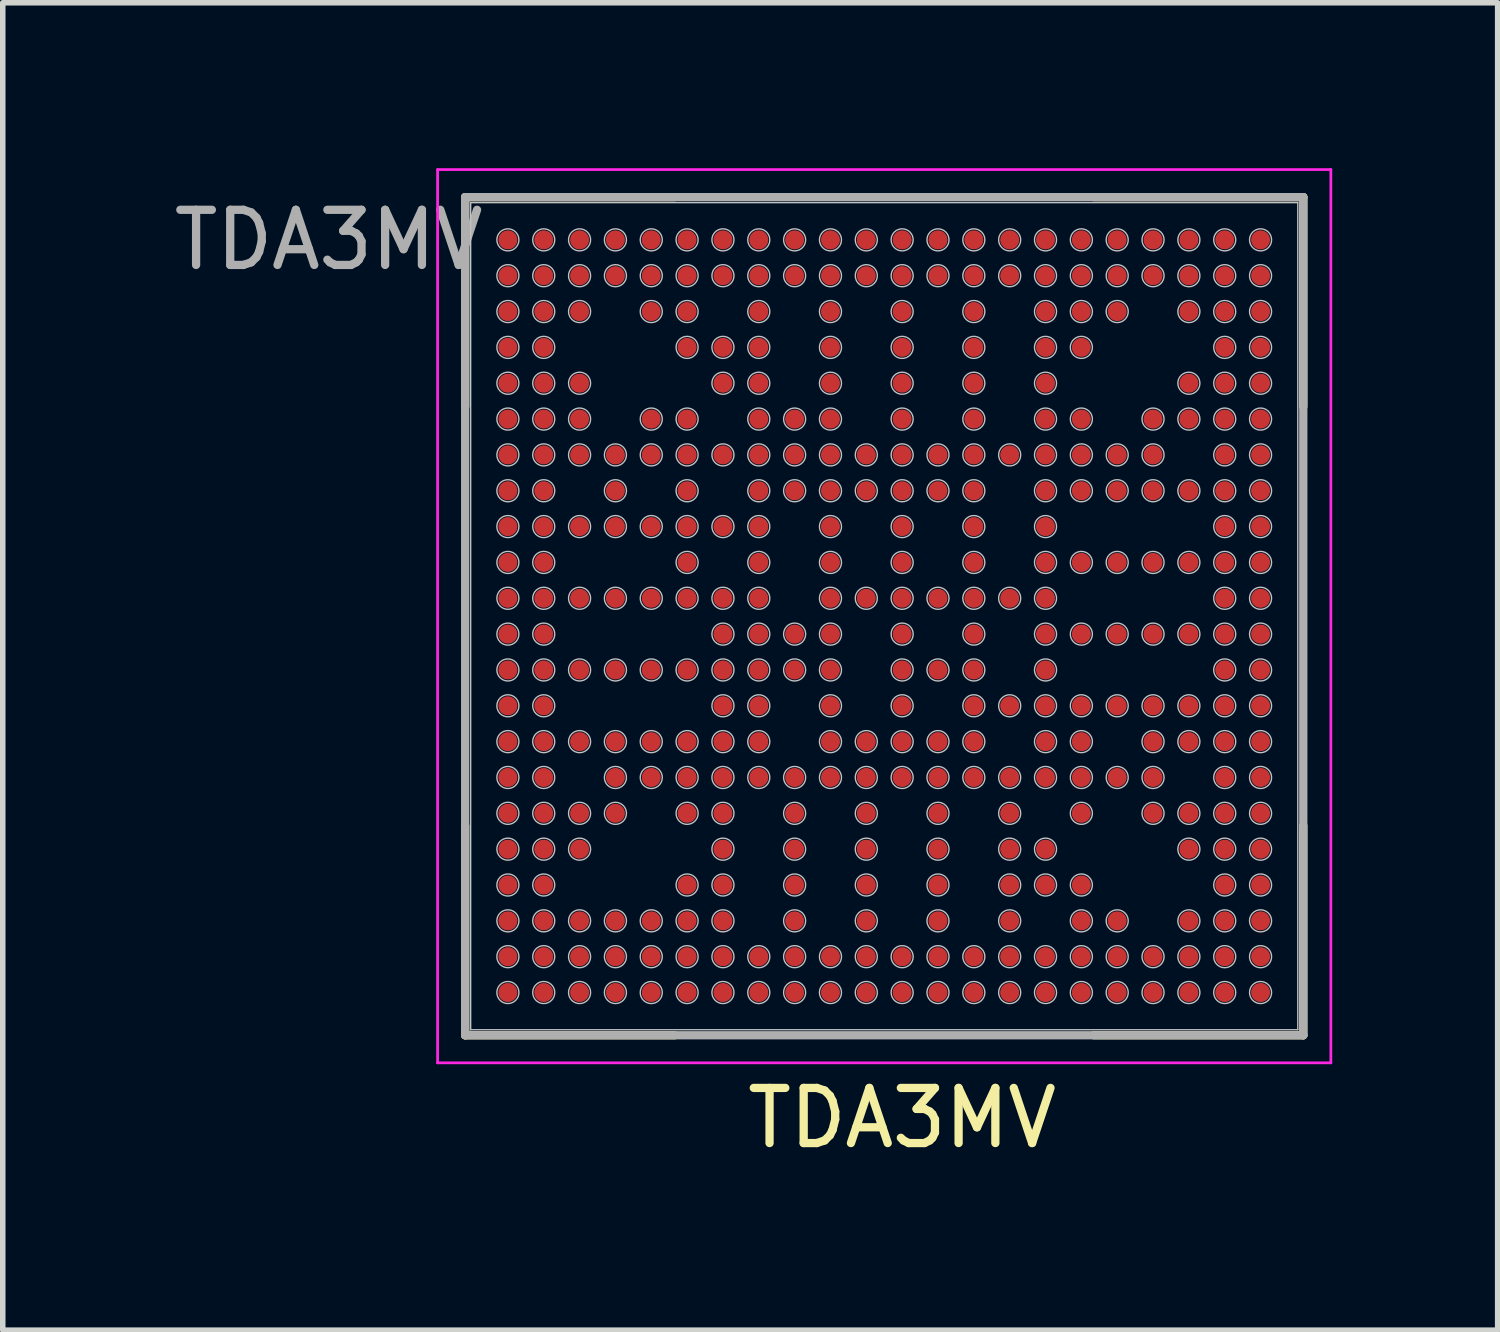
<source format=kicad_pcb>
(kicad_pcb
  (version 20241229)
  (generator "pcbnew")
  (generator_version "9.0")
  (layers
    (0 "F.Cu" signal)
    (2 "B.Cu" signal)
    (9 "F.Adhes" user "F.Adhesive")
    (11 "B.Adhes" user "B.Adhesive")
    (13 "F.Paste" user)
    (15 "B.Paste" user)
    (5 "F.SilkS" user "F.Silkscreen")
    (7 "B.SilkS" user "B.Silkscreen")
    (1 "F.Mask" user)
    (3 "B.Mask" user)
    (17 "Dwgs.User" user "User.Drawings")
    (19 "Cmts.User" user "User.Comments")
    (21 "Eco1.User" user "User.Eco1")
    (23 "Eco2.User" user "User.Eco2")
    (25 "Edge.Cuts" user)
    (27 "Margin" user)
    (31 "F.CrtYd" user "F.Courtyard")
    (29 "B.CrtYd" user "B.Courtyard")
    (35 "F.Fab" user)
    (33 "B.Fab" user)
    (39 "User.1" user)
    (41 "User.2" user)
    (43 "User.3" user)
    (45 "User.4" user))
  (footprint "TDA3MV"
    (layer "F.Cu")
    (at 12.986 8.125)
    (property "Reference" "TDA3MV" (at -10.075 -6.825 0) (layer "F.Fab") (effects (font (size 1 1) (thickness 0.15))))
    (attr smd)
    (fp_line (start -7.6 -7.6) (end -7.6 -3.8) (stroke (width 0.15) (type solid)) (layer "F.SilkS"))
    (fp_line (start -7.6 7.6) (end -7.6 3.8) (stroke (width 0.15) (type solid)) (layer "F.SilkS"))
    (fp_line (start -3.8 -7.6) (end -7.6 -7.6) (stroke (width 0.15) (type solid)) (layer "F.SilkS"))
    (fp_line (start -3.8 7.6) (end -7.6 7.6) (stroke (width 0.15) (type solid)) (layer "F.SilkS"))
    (fp_line (start 3.8 -7.6) (end 7.6 -7.6) (stroke (width 0.15) (type solid)) (layer "F.SilkS"))
    (fp_line (start 3.8 7.6) (end 7.6 7.6) (stroke (width 0.15) (type solid)) (layer "F.SilkS"))
    (fp_line (start 7.6 -7.6) (end 7.6 -3.8) (stroke (width 0.15) (type solid)) (layer "F.SilkS"))
    (fp_line (start 7.6 7.6) (end 7.6 3.8) (stroke (width 0.15) (type solid)) (layer "F.SilkS"))
    (fp_line (start -7.5 -7.5) (end 7.5 -7.5) (stroke (width 0.025) (type solid)) (layer "Dwgs.User"))
    (fp_line (start -7.5 7.5) (end -7.5 -7.5) (stroke (width 0.025) (type solid)) (layer "Dwgs.User"))
    (fp_line (start 7.5 -7.5) (end 7.5 7.5) (stroke (width 0.025) (type solid)) (layer "Dwgs.User"))
    (fp_line (start 7.5 7.5) (end -7.5 7.5) (stroke (width 0.025) (type solid)) (layer "Dwgs.User"))
    (fp_circle (center -6.825 -6.825) (end -6.825 -6.625) (stroke (width 0.025) (type solid)) (fill no) (layer "Dwgs.User"))
    (fp_circle (center -6.825 -6.175) (end -6.825 -5.975) (stroke (width 0.025) (type solid)) (fill no) (layer "Dwgs.User"))
    (fp_circle (center -6.825 -5.525) (end -6.825 -5.325) (stroke (width 0.025) (type solid)) (fill no) (layer "Dwgs.User"))
    (fp_circle (center -6.825 -4.875) (end -6.825 -4.675) (stroke (width 0.025) (type solid)) (fill no) (layer "Dwgs.User"))
    (fp_circle (center -6.825 -4.225) (end -6.825 -4.025) (stroke (width 0.025) (type solid)) (fill no) (layer "Dwgs.User"))
    (fp_circle (center -6.825 -3.575) (end -6.825 -3.375) (stroke (width 0.025) (type solid)) (fill no) (layer "Dwgs.User"))
    (fp_circle (center -6.825 -2.925) (end -6.825 -2.725) (stroke (width 0.025) (type solid)) (fill no) (layer "Dwgs.User"))
    (fp_circle (center -6.825 -2.275) (end -6.825 -2.075) (stroke (width 0.025) (type solid)) (fill no) (layer "Dwgs.User"))
    (fp_circle (center -6.825 -1.625) (end -6.825 -1.425) (stroke (width 0.025) (type solid)) (fill no) (layer "Dwgs.User"))
    (fp_circle (center -6.825 -0.975) (end -6.825 -0.775) (stroke (width 0.025) (type solid)) (fill no) (layer "Dwgs.User"))
    (fp_circle (center -6.825 -0.325) (end -6.825 -0.125) (stroke (width 0.025) (type solid)) (fill no) (layer "Dwgs.User"))
    (fp_circle (center -6.825 0.325) (end -6.825 0.525) (stroke (width 0.025) (type solid)) (fill no) (layer "Dwgs.User"))
    (fp_circle (center -6.825 0.975) (end -6.825 1.175) (stroke (width 0.025) (type solid)) (fill no) (layer "Dwgs.User"))
    (fp_circle (center -6.825 1.625) (end -6.825 1.825) (stroke (width 0.025) (type solid)) (fill no) (layer "Dwgs.User"))
    (fp_circle (center -6.825 2.275) (end -6.825 2.475) (stroke (width 0.025) (type solid)) (fill no) (layer "Dwgs.User"))
    (fp_circle (center -6.825 2.925) (end -6.825 3.125) (stroke (width 0.025) (type solid)) (fill no) (layer "Dwgs.User"))
    (fp_circle (center -6.825 3.575) (end -6.825 3.775) (stroke (width 0.025) (type solid)) (fill no) (layer "Dwgs.User"))
    (fp_circle (center -6.825 4.225) (end -6.825 4.425) (stroke (width 0.025) (type solid)) (fill no) (layer "Dwgs.User"))
    (fp_circle (center -6.825 4.875) (end -6.825 5.075) (stroke (width 0.025) (type solid)) (fill no) (layer "Dwgs.User"))
    (fp_circle (center -6.825 5.525) (end -6.825 5.725) (stroke (width 0.025) (type solid)) (fill no) (layer "Dwgs.User"))
    (fp_circle (center -6.825 6.175) (end -6.825 6.375) (stroke (width 0.025) (type solid)) (fill no) (layer "Dwgs.User"))
    (fp_circle (center -6.825 6.825) (end -6.825 7.025) (stroke (width 0.025) (type solid)) (fill no) (layer "Dwgs.User"))
    (fp_circle (center -6.175 -6.825) (end -6.175 -6.625) (stroke (width 0.025) (type solid)) (fill no) (layer "Dwgs.User"))
    (fp_circle (center -6.175 -6.175) (end -6.175 -5.975) (stroke (width 0.025) (type solid)) (fill no) (layer "Dwgs.User"))
    (fp_circle (center -6.175 -5.525) (end -6.175 -5.325) (stroke (width 0.025) (type solid)) (fill no) (layer "Dwgs.User"))
    (fp_circle (center -6.175 -4.875) (end -6.175 -4.675) (stroke (width 0.025) (type solid)) (fill no) (layer "Dwgs.User"))
    (fp_circle (center -6.175 -4.225) (end -6.175 -4.025) (stroke (width 0.025) (type solid)) (fill no) (layer "Dwgs.User"))
    (fp_circle (center -6.175 -3.575) (end -6.175 -3.375) (stroke (width 0.025) (type solid)) (fill no) (layer "Dwgs.User"))
    (fp_circle (center -6.175 -2.925) (end -6.175 -2.725) (stroke (width 0.025) (type solid)) (fill no) (layer "Dwgs.User"))
    (fp_circle (center -6.175 -2.275) (end -6.175 -2.075) (stroke (width 0.025) (type solid)) (fill no) (layer "Dwgs.User"))
    (fp_circle (center -6.175 -1.625) (end -6.175 -1.425) (stroke (width 0.025) (type solid)) (fill no) (layer "Dwgs.User"))
    (fp_circle (center -6.175 -0.975) (end -6.175 -0.775) (stroke (width 0.025) (type solid)) (fill no) (layer "Dwgs.User"))
    (fp_circle (center -6.175 -0.325) (end -6.175 -0.125) (stroke (width 0.025) (type solid)) (fill no) (layer "Dwgs.User"))
    (fp_circle (center -6.175 0.325) (end -6.175 0.525) (stroke (width 0.025) (type solid)) (fill no) (layer "Dwgs.User"))
    (fp_circle (center -6.175 0.975) (end -6.175 1.175) (stroke (width 0.025) (type solid)) (fill no) (layer "Dwgs.User"))
    (fp_circle (center -6.175 1.625) (end -6.175 1.825) (stroke (width 0.025) (type solid)) (fill no) (layer "Dwgs.User"))
    (fp_circle (center -6.175 2.275) (end -6.175 2.475) (stroke (width 0.025) (type solid)) (fill no) (layer "Dwgs.User"))
    (fp_circle (center -6.175 2.925) (end -6.175 3.125) (stroke (width 0.025) (type solid)) (fill no) (layer "Dwgs.User"))
    (fp_circle (center -6.175 3.575) (end -6.175 3.775) (stroke (width 0.025) (type solid)) (fill no) (layer "Dwgs.User"))
    (fp_circle (center -6.175 4.225) (end -6.175 4.425) (stroke (width 0.025) (type solid)) (fill no) (layer "Dwgs.User"))
    (fp_circle (center -6.175 4.875) (end -6.175 5.075) (stroke (width 0.025) (type solid)) (fill no) (layer "Dwgs.User"))
    (fp_circle (center -6.175 5.525) (end -6.175 5.725) (stroke (width 0.025) (type solid)) (fill no) (layer "Dwgs.User"))
    (fp_circle (center -6.175 6.175) (end -6.175 6.375) (stroke (width 0.025) (type solid)) (fill no) (layer "Dwgs.User"))
    (fp_circle (center -6.175 6.825) (end -6.175 7.025) (stroke (width 0.025) (type solid)) (fill no) (layer "Dwgs.User"))
    (fp_circle (center -5.525 -6.825) (end -5.525 -6.625) (stroke (width 0.025) (type solid)) (fill no) (layer "Dwgs.User"))
    (fp_circle (center -5.525 -6.175) (end -5.525 -5.975) (stroke (width 0.025) (type solid)) (fill no) (layer "Dwgs.User"))
    (fp_circle (center -5.525 -5.525) (end -5.525 -5.325) (stroke (width 0.025) (type solid)) (fill no) (layer "Dwgs.User"))
    (fp_circle (center -5.525 -4.225) (end -5.525 -4.025) (stroke (width 0.025) (type solid)) (fill no) (layer "Dwgs.User"))
    (fp_circle (center -5.525 -3.575) (end -5.525 -3.375) (stroke (width 0.025) (type solid)) (fill no) (layer "Dwgs.User"))
    (fp_circle (center -5.525 -2.925) (end -5.525 -2.725) (stroke (width 0.025) (type solid)) (fill no) (layer "Dwgs.User"))
    (fp_circle (center -5.525 -1.625) (end -5.525 -1.425) (stroke (width 0.025) (type solid)) (fill no) (layer "Dwgs.User"))
    (fp_circle (center -5.525 -0.325) (end -5.525 -0.125) (stroke (width 0.025) (type solid)) (fill no) (layer "Dwgs.User"))
    (fp_circle (center -5.525 0.975) (end -5.525 1.175) (stroke (width 0.025) (type solid)) (fill no) (layer "Dwgs.User"))
    (fp_circle (center -5.525 2.275) (end -5.525 2.475) (stroke (width 0.025) (type solid)) (fill no) (layer "Dwgs.User"))
    (fp_circle (center -5.525 3.575) (end -5.525 3.775) (stroke (width 0.025) (type solid)) (fill no) (layer "Dwgs.User"))
    (fp_circle (center -5.525 4.225) (end -5.525 4.425) (stroke (width 0.025) (type solid)) (fill no) (layer "Dwgs.User"))
    (fp_circle (center -5.525 5.525) (end -5.525 5.725) (stroke (width 0.025) (type solid)) (fill no) (layer "Dwgs.User"))
    (fp_circle (center -5.525 6.175) (end -5.525 6.375) (stroke (width 0.025) (type solid)) (fill no) (layer "Dwgs.User"))
    (fp_circle (center -5.525 6.825) (end -5.525 7.025) (stroke (width 0.025) (type solid)) (fill no) (layer "Dwgs.User"))
    (fp_circle (center -4.875 -6.825) (end -4.875 -6.625) (stroke (width 0.025) (type solid)) (fill no) (layer "Dwgs.User"))
    (fp_circle (center -4.875 -6.175) (end -4.875 -5.975) (stroke (width 0.025) (type solid)) (fill no) (layer "Dwgs.User"))
    (fp_circle (center -4.875 -2.925) (end -4.875 -2.725) (stroke (width 0.025) (type solid)) (fill no) (layer "Dwgs.User"))
    (fp_circle (center -4.875 -2.275) (end -4.875 -2.075) (stroke (width 0.025) (type solid)) (fill no) (layer "Dwgs.User"))
    (fp_circle (center -4.875 -1.625) (end -4.875 -1.425) (stroke (width 0.025) (type solid)) (fill no) (layer "Dwgs.User"))
    (fp_circle (center -4.875 -0.325) (end -4.875 -0.125) (stroke (width 0.025) (type solid)) (fill no) (layer "Dwgs.User"))
    (fp_circle (center -4.875 0.975) (end -4.875 1.175) (stroke (width 0.025) (type solid)) (fill no) (layer "Dwgs.User"))
    (fp_circle (center -4.875 2.275) (end -4.875 2.475) (stroke (width 0.025) (type solid)) (fill no) (layer "Dwgs.User"))
    (fp_circle (center -4.875 2.925) (end -4.875 3.125) (stroke (width 0.025) (type solid)) (fill no) (layer "Dwgs.User"))
    (fp_circle (center -4.875 3.575) (end -4.875 3.775) (stroke (width 0.025) (type solid)) (fill no) (layer "Dwgs.User"))
    (fp_circle (center -4.875 5.525) (end -4.875 5.725) (stroke (width 0.025) (type solid)) (fill no) (layer "Dwgs.User"))
    (fp_circle (center -4.875 6.175) (end -4.875 6.375) (stroke (width 0.025) (type solid)) (fill no) (layer "Dwgs.User"))
    (fp_circle (center -4.875 6.825) (end -4.875 7.025) (stroke (width 0.025) (type solid)) (fill no) (layer "Dwgs.User"))
    (fp_circle (center -4.225 -6.825) (end -4.225 -6.625) (stroke (width 0.025) (type solid)) (fill no) (layer "Dwgs.User"))
    (fp_circle (center -4.225 -6.175) (end -4.225 -5.975) (stroke (width 0.025) (type solid)) (fill no) (layer "Dwgs.User"))
    (fp_circle (center -4.225 -5.525) (end -4.225 -5.325) (stroke (width 0.025) (type solid)) (fill no) (layer "Dwgs.User"))
    (fp_circle (center -4.225 -3.575) (end -4.225 -3.375) (stroke (width 0.025) (type solid)) (fill no) (layer "Dwgs.User"))
    (fp_circle (center -4.225 -2.925) (end -4.225 -2.725) (stroke (width 0.025) (type solid)) (fill no) (layer "Dwgs.User"))
    (fp_circle (center -4.225 -1.625) (end -4.225 -1.425) (stroke (width 0.025) (type solid)) (fill no) (layer "Dwgs.User"))
    (fp_circle (center -4.225 -0.325) (end -4.225 -0.125) (stroke (width 0.025) (type solid)) (fill no) (layer "Dwgs.User"))
    (fp_circle (center -4.225 0.975) (end -4.225 1.175) (stroke (width 0.025) (type solid)) (fill no) (layer "Dwgs.User"))
    (fp_circle (center -4.225 2.275) (end -4.225 2.475) (stroke (width 0.025) (type solid)) (fill no) (layer "Dwgs.User"))
    (fp_circle (center -4.225 2.925) (end -4.225 3.125) (stroke (width 0.025) (type solid)) (fill no) (layer "Dwgs.User"))
    (fp_circle (center -4.225 5.525) (end -4.225 5.725) (stroke (width 0.025) (type solid)) (fill no) (layer "Dwgs.User"))
    (fp_circle (center -4.225 6.175) (end -4.225 6.375) (stroke (width 0.025) (type solid)) (fill no) (layer "Dwgs.User"))
    (fp_circle (center -4.225 6.825) (end -4.225 7.025) (stroke (width 0.025) (type solid)) (fill no) (layer "Dwgs.User"))
    (fp_circle (center -3.575 -6.825) (end -3.575 -6.625) (stroke (width 0.025) (type solid)) (fill no) (layer "Dwgs.User"))
    (fp_circle (center -3.575 -6.175) (end -3.575 -5.975) (stroke (width 0.025) (type solid)) (fill no) (layer "Dwgs.User"))
    (fp_circle (center -3.575 -5.525) (end -3.575 -5.325) (stroke (width 0.025) (type solid)) (fill no) (layer "Dwgs.User"))
    (fp_circle (center -3.575 -4.875) (end -3.575 -4.675) (stroke (width 0.025) (type solid)) (fill no) (layer "Dwgs.User"))
    (fp_circle (center -3.575 -3.575) (end -3.575 -3.375) (stroke (width 0.025) (type solid)) (fill no) (layer "Dwgs.User"))
    (fp_circle (center -3.575 -2.925) (end -3.575 -2.725) (stroke (width 0.025) (type solid)) (fill no) (layer "Dwgs.User"))
    (fp_circle (center -3.575 -2.275) (end -3.575 -2.075) (stroke (width 0.025) (type solid)) (fill no) (layer "Dwgs.User"))
    (fp_circle (center -3.575 -1.625) (end -3.575 -1.425) (stroke (width 0.025) (type solid)) (fill no) (layer "Dwgs.User"))
    (fp_circle (center -3.575 -0.975) (end -3.575 -0.775) (stroke (width 0.025) (type solid)) (fill no) (layer "Dwgs.User"))
    (fp_circle (center -3.575 -0.325) (end -3.575 -0.125) (stroke (width 0.025) (type solid)) (fill no) (layer "Dwgs.User"))
    (fp_circle (center -3.575 0.975) (end -3.575 1.175) (stroke (width 0.025) (type solid)) (fill no) (layer "Dwgs.User"))
    (fp_circle (center -3.575 2.275) (end -3.575 2.475) (stroke (width 0.025) (type solid)) (fill no) (layer "Dwgs.User"))
    (fp_circle (center -3.575 2.925) (end -3.575 3.125) (stroke (width 0.025) (type solid)) (fill no) (layer "Dwgs.User"))
    (fp_circle (center -3.575 3.575) (end -3.575 3.775) (stroke (width 0.025) (type solid)) (fill no) (layer "Dwgs.User"))
    (fp_circle (center -3.575 4.875) (end -3.575 5.075) (stroke (width 0.025) (type solid)) (fill no) (layer "Dwgs.User"))
    (fp_circle (center -3.575 5.525) (end -3.575 5.725) (stroke (width 0.025) (type solid)) (fill no) (layer "Dwgs.User"))
    (fp_circle (center -3.575 6.175) (end -3.575 6.375) (stroke (width 0.025) (type solid)) (fill no) (layer "Dwgs.User"))
    (fp_circle (center -3.575 6.825) (end -3.575 7.025) (stroke (width 0.025) (type solid)) (fill no) (layer "Dwgs.User"))
    (fp_circle (center -2.925 -6.825) (end -2.925 -6.625) (stroke (width 0.025) (type solid)) (fill no) (layer "Dwgs.User"))
    (fp_circle (center -2.925 -6.175) (end -2.925 -5.975) (stroke (width 0.025) (type solid)) (fill no) (layer "Dwgs.User"))
    (fp_circle (center -2.925 -4.875) (end -2.925 -4.675) (stroke (width 0.025) (type solid)) (fill no) (layer "Dwgs.User"))
    (fp_circle (center -2.925 -4.225) (end -2.925 -4.025) (stroke (width 0.025) (type solid)) (fill no) (layer "Dwgs.User"))
    (fp_circle (center -2.925 -2.925) (end -2.925 -2.725) (stroke (width 0.025) (type solid)) (fill no) (layer "Dwgs.User"))
    (fp_circle (center -2.925 -1.625) (end -2.925 -1.425) (stroke (width 0.025) (type solid)) (fill no) (layer "Dwgs.User"))
    (fp_circle (center -2.925 -0.325) (end -2.925 -0.125) (stroke (width 0.025) (type solid)) (fill no) (layer "Dwgs.User"))
    (fp_circle (center -2.925 0.325) (end -2.925 0.525) (stroke (width 0.025) (type solid)) (fill no) (layer "Dwgs.User"))
    (fp_circle (center -2.925 0.975) (end -2.925 1.175) (stroke (width 0.025) (type solid)) (fill no) (layer "Dwgs.User"))
    (fp_circle (center -2.925 1.625) (end -2.925 1.825) (stroke (width 0.025) (type solid)) (fill no) (layer "Dwgs.User"))
    (fp_circle (center -2.925 2.275) (end -2.925 2.475) (stroke (width 0.025) (type solid)) (fill no) (layer "Dwgs.User"))
    (fp_circle (center -2.925 2.925) (end -2.925 3.125) (stroke (width 0.025) (type solid)) (fill no) (layer "Dwgs.User"))
    (fp_circle (center -2.925 3.575) (end -2.925 3.775) (stroke (width 0.025) (type solid)) (fill no) (layer "Dwgs.User"))
    (fp_circle (center -2.925 4.225) (end -2.925 4.425) (stroke (width 0.025) (type solid)) (fill no) (layer "Dwgs.User"))
    (fp_circle (center -2.925 4.875) (end -2.925 5.075) (stroke (width 0.025) (type solid)) (fill no) (layer "Dwgs.User"))
    (fp_circle (center -2.925 5.525) (end -2.925 5.725) (stroke (width 0.025) (type solid)) (fill no) (layer "Dwgs.User"))
    (fp_circle (center -2.925 6.175) (end -2.925 6.375) (stroke (width 0.025) (type solid)) (fill no) (layer "Dwgs.User"))
    (fp_circle (center -2.925 6.825) (end -2.925 7.025) (stroke (width 0.025) (type solid)) (fill no) (layer "Dwgs.User"))
    (fp_circle (center -2.275 -6.825) (end -2.275 -6.625) (stroke (width 0.025) (type solid)) (fill no) (layer "Dwgs.User"))
    (fp_circle (center -2.275 -6.175) (end -2.275 -5.975) (stroke (width 0.025) (type solid)) (fill no) (layer "Dwgs.User"))
    (fp_circle (center -2.275 -5.525) (end -2.275 -5.325) (stroke (width 0.025) (type solid)) (fill no) (layer "Dwgs.User"))
    (fp_circle (center -2.275 -4.875) (end -2.275 -4.675) (stroke (width 0.025) (type solid)) (fill no) (layer "Dwgs.User"))
    (fp_circle (center -2.275 -4.225) (end -2.275 -4.025) (stroke (width 0.025) (type solid)) (fill no) (layer "Dwgs.User"))
    (fp_circle (center -2.275 -3.575) (end -2.275 -3.375) (stroke (width 0.025) (type solid)) (fill no) (layer "Dwgs.User"))
    (fp_circle (center -2.275 -2.925) (end -2.275 -2.725) (stroke (width 0.025) (type solid)) (fill no) (layer "Dwgs.User"))
    (fp_circle (center -2.275 -2.275) (end -2.275 -2.075) (stroke (width 0.025) (type solid)) (fill no) (layer "Dwgs.User"))
    (fp_circle (center -2.275 -1.625) (end -2.275 -1.425) (stroke (width 0.025) (type solid)) (fill no) (layer "Dwgs.User"))
    (fp_circle (center -2.275 -0.975) (end -2.275 -0.775) (stroke (width 0.025) (type solid)) (fill no) (layer "Dwgs.User"))
    (fp_circle (center -2.275 -0.325) (end -2.275 -0.125) (stroke (width 0.025) (type solid)) (fill no) (layer "Dwgs.User"))
    (fp_circle (center -2.275 0.325) (end -2.275 0.525) (stroke (width 0.025) (type solid)) (fill no) (layer "Dwgs.User"))
    (fp_circle (center -2.275 0.975) (end -2.275 1.175) (stroke (width 0.025) (type solid)) (fill no) (layer "Dwgs.User"))
    (fp_circle (center -2.275 1.625) (end -2.275 1.825) (stroke (width 0.025) (type solid)) (fill no) (layer "Dwgs.User"))
    (fp_circle (center -2.275 2.275) (end -2.275 2.475) (stroke (width 0.025) (type solid)) (fill no) (layer "Dwgs.User"))
    (fp_circle (center -2.275 2.925) (end -2.275 3.125) (stroke (width 0.025) (type solid)) (fill no) (layer "Dwgs.User"))
    (fp_circle (center -2.275 6.175) (end -2.275 6.375) (stroke (width 0.025) (type solid)) (fill no) (layer "Dwgs.User"))
    (fp_circle (center -2.275 6.825) (end -2.275 7.025) (stroke (width 0.025) (type solid)) (fill no) (layer "Dwgs.User"))
    (fp_circle (center -1.625 -6.825) (end -1.625 -6.625) (stroke (width 0.025) (type solid)) (fill no) (layer "Dwgs.User"))
    (fp_circle (center -1.625 -6.175) (end -1.625 -5.975) (stroke (width 0.025) (type solid)) (fill no) (layer "Dwgs.User"))
    (fp_circle (center -1.625 -3.575) (end -1.625 -3.375) (stroke (width 0.025) (type solid)) (fill no) (layer "Dwgs.User"))
    (fp_circle (center -1.625 -2.925) (end -1.625 -2.725) (stroke (width 0.025) (type solid)) (fill no) (layer "Dwgs.User"))
    (fp_circle (center -1.625 -2.275) (end -1.625 -2.075) (stroke (width 0.025) (type solid)) (fill no) (layer "Dwgs.User"))
    (fp_circle (center -1.625 0.325) (end -1.625 0.525) (stroke (width 0.025) (type solid)) (fill no) (layer "Dwgs.User"))
    (fp_circle (center -1.625 0.975) (end -1.625 1.175) (stroke (width 0.025) (type solid)) (fill no) (layer "Dwgs.User"))
    (fp_circle (center -1.625 2.925) (end -1.625 3.125) (stroke (width 0.025) (type solid)) (fill no) (layer "Dwgs.User"))
    (fp_circle (center -1.625 3.575) (end -1.625 3.775) (stroke (width 0.025) (type solid)) (fill no) (layer "Dwgs.User"))
    (fp_circle (center -1.625 4.225) (end -1.625 4.425) (stroke (width 0.025) (type solid)) (fill no) (layer "Dwgs.User"))
    (fp_circle (center -1.625 4.875) (end -1.625 5.075) (stroke (width 0.025) (type solid)) (fill no) (layer "Dwgs.User"))
    (fp_circle (center -1.625 5.525) (end -1.625 5.725) (stroke (width 0.025) (type solid)) (fill no) (layer "Dwgs.User"))
    (fp_circle (center -1.625 6.175) (end -1.625 6.375) (stroke (width 0.025) (type solid)) (fill no) (layer "Dwgs.User"))
    (fp_circle (center -1.625 6.825) (end -1.625 7.025) (stroke (width 0.025) (type solid)) (fill no) (layer "Dwgs.User"))
    (fp_circle (center -0.975 -6.825) (end -0.975 -6.625) (stroke (width 0.025) (type solid)) (fill no) (layer "Dwgs.User"))
    (fp_circle (center -0.975 -6.175) (end -0.975 -5.975) (stroke (width 0.025) (type solid)) (fill no) (layer "Dwgs.User"))
    (fp_circle (center -0.975 -5.525) (end -0.975 -5.325) (stroke (width 0.025) (type solid)) (fill no) (layer "Dwgs.User"))
    (fp_circle (center -0.975 -4.875) (end -0.975 -4.675) (stroke (width 0.025) (type solid)) (fill no) (layer "Dwgs.User"))
    (fp_circle (center -0.975 -4.225) (end -0.975 -4.025) (stroke (width 0.025) (type solid)) (fill no) (layer "Dwgs.User"))
    (fp_circle (center -0.975 -3.575) (end -0.975 -3.375) (stroke (width 0.025) (type solid)) (fill no) (layer "Dwgs.User"))
    (fp_circle (center -0.975 -2.925) (end -0.975 -2.725) (stroke (width 0.025) (type solid)) (fill no) (layer "Dwgs.User"))
    (fp_circle (center -0.975 -2.275) (end -0.975 -2.075) (stroke (width 0.025) (type solid)) (fill no) (layer "Dwgs.User"))
    (fp_circle (center -0.975 -1.625) (end -0.975 -1.425) (stroke (width 0.025) (type solid)) (fill no) (layer "Dwgs.User"))
    (fp_circle (center -0.975 -0.975) (end -0.975 -0.775) (stroke (width 0.025) (type solid)) (fill no) (layer "Dwgs.User"))
    (fp_circle (center -0.975 -0.325) (end -0.975 -0.125) (stroke (width 0.025) (type solid)) (fill no) (layer "Dwgs.User"))
    (fp_circle (center -0.975 0.325) (end -0.975 0.525) (stroke (width 0.025) (type solid)) (fill no) (layer "Dwgs.User"))
    (fp_circle (center -0.975 0.975) (end -0.975 1.175) (stroke (width 0.025) (type solid)) (fill no) (layer "Dwgs.User"))
    (fp_circle (center -0.975 1.625) (end -0.975 1.825) (stroke (width 0.025) (type solid)) (fill no) (layer "Dwgs.User"))
    (fp_circle (center -0.975 2.275) (end -0.975 2.475) (stroke (width 0.025) (type solid)) (fill no) (layer "Dwgs.User"))
    (fp_circle (center -0.975 2.925) (end -0.975 3.125) (stroke (width 0.025) (type solid)) (fill no) (layer "Dwgs.User"))
    (fp_circle (center -0.975 6.175) (end -0.975 6.375) (stroke (width 0.025) (type solid)) (fill no) (layer "Dwgs.User"))
    (fp_circle (center -0.975 6.825) (end -0.975 7.025) (stroke (width 0.025) (type solid)) (fill no) (layer "Dwgs.User"))
    (fp_circle (center -0.325 -6.825) (end -0.325 -6.625) (stroke (width 0.025) (type solid)) (fill no) (layer "Dwgs.User"))
    (fp_circle (center -0.325 -6.175) (end -0.325 -5.975) (stroke (width 0.025) (type solid)) (fill no) (layer "Dwgs.User"))
    (fp_circle (center -0.325 -2.925) (end -0.325 -2.725) (stroke (width 0.025) (type solid)) (fill no) (layer "Dwgs.User"))
    (fp_circle (center -0.325 -2.275) (end -0.325 -2.075) (stroke (width 0.025) (type solid)) (fill no) (layer "Dwgs.User"))
    (fp_circle (center -0.325 -0.325) (end -0.325 -0.125) (stroke (width 0.025) (type solid)) (fill no) (layer "Dwgs.User"))
    (fp_circle (center -0.325 2.275) (end -0.325 2.475) (stroke (width 0.025) (type solid)) (fill no) (layer "Dwgs.User"))
    (fp_circle (center -0.325 2.925) (end -0.325 3.125) (stroke (width 0.025) (type solid)) (fill no) (layer "Dwgs.User"))
    (fp_circle (center -0.325 3.575) (end -0.325 3.775) (stroke (width 0.025) (type solid)) (fill no) (layer "Dwgs.User"))
    (fp_circle (center -0.325 4.225) (end -0.325 4.425) (stroke (width 0.025) (type solid)) (fill no) (layer "Dwgs.User"))
    (fp_circle (center -0.325 4.875) (end -0.325 5.075) (stroke (width 0.025) (type solid)) (fill no) (layer "Dwgs.User"))
    (fp_circle (center -0.325 5.525) (end -0.325 5.725) (stroke (width 0.025) (type solid)) (fill no) (layer "Dwgs.User"))
    (fp_circle (center -0.325 6.175) (end -0.325 6.375) (stroke (width 0.025) (type solid)) (fill no) (layer "Dwgs.User"))
    (fp_circle (center -0.325 6.825) (end -0.325 7.025) (stroke (width 0.025) (type solid)) (fill no) (layer "Dwgs.User"))
    (fp_circle (center 0.325 -6.825) (end 0.325 -6.625) (stroke (width 0.025) (type solid)) (fill no) (layer "Dwgs.User"))
    (fp_circle (center 0.325 -6.175) (end 0.325 -5.975) (stroke (width 0.025) (type solid)) (fill no) (layer "Dwgs.User"))
    (fp_circle (center 0.325 -5.525) (end 0.325 -5.325) (stroke (width 0.025) (type solid)) (fill no) (layer "Dwgs.User"))
    (fp_circle (center 0.325 -4.875) (end 0.325 -4.675) (stroke (width 0.025) (type solid)) (fill no) (layer "Dwgs.User"))
    (fp_circle (center 0.325 -4.225) (end 0.325 -4.025) (stroke (width 0.025) (type solid)) (fill no) (layer "Dwgs.User"))
    (fp_circle (center 0.325 -3.575) (end 0.325 -3.375) (stroke (width 0.025) (type solid)) (fill no) (layer "Dwgs.User"))
    (fp_circle (center 0.325 -2.925) (end 0.325 -2.725) (stroke (width 0.025) (type solid)) (fill no) (layer "Dwgs.User"))
    (fp_circle (center 0.325 -2.275) (end 0.325 -2.075) (stroke (width 0.025) (type solid)) (fill no) (layer "Dwgs.User"))
    (fp_circle (center 0.325 -1.625) (end 0.325 -1.425) (stroke (width 0.025) (type solid)) (fill no) (layer "Dwgs.User"))
    (fp_circle (center 0.325 -0.975) (end 0.325 -0.775) (stroke (width 0.025) (type solid)) (fill no) (layer "Dwgs.User"))
    (fp_circle (center 0.325 -0.325) (end 0.325 -0.125) (stroke (width 0.025) (type solid)) (fill no) (layer "Dwgs.User"))
    (fp_circle (center 0.325 0.325) (end 0.325 0.525) (stroke (width 0.025) (type solid)) (fill no) (layer "Dwgs.User"))
    (fp_circle (center 0.325 0.975) (end 0.325 1.175) (stroke (width 0.025) (type solid)) (fill no) (layer "Dwgs.User"))
    (fp_circle (center 0.325 1.625) (end 0.325 1.825) (stroke (width 0.025) (type solid)) (fill no) (layer "Dwgs.User"))
    (fp_circle (center 0.325 2.275) (end 0.325 2.475) (stroke (width 0.025) (type solid)) (fill no) (layer "Dwgs.User"))
    (fp_circle (center 0.325 2.925) (end 0.325 3.125) (stroke (width 0.025) (type solid)) (fill no) (layer "Dwgs.User"))
    (fp_circle (center 0.325 6.175) (end 0.325 6.375) (stroke (width 0.025) (type solid)) (fill no) (layer "Dwgs.User"))
    (fp_circle (center 0.325 6.825) (end 0.325 7.025) (stroke (width 0.025) (type solid)) (fill no) (layer "Dwgs.User"))
    (fp_circle (center 0.975 -6.825) (end 0.975 -6.625) (stroke (width 0.025) (type solid)) (fill no) (layer "Dwgs.User"))
    (fp_circle (center 0.975 -6.175) (end 0.975 -5.975) (stroke (width 0.025) (type solid)) (fill no) (layer "Dwgs.User"))
    (fp_circle (center 0.975 -2.925) (end 0.975 -2.725) (stroke (width 0.025) (type solid)) (fill no) (layer "Dwgs.User"))
    (fp_circle (center 0.975 -2.275) (end 0.975 -2.075) (stroke (width 0.025) (type solid)) (fill no) (layer "Dwgs.User"))
    (fp_circle (center 0.975 -0.325) (end 0.975 -0.125) (stroke (width 0.025) (type solid)) (fill no) (layer "Dwgs.User"))
    (fp_circle (center 0.975 0.975) (end 0.975 1.175) (stroke (width 0.025) (type solid)) (fill no) (layer "Dwgs.User"))
    (fp_circle (center 0.975 2.275) (end 0.975 2.475) (stroke (width 0.025) (type solid)) (fill no) (layer "Dwgs.User"))
    (fp_circle (center 0.975 2.925) (end 0.975 3.125) (stroke (width 0.025) (type solid)) (fill no) (layer "Dwgs.User"))
    (fp_circle (center 0.975 3.575) (end 0.975 3.775) (stroke (width 0.025) (type solid)) (fill no) (layer "Dwgs.User"))
    (fp_circle (center 0.975 4.225) (end 0.975 4.425) (stroke (width 0.025) (type solid)) (fill no) (layer "Dwgs.User"))
    (fp_circle (center 0.975 4.875) (end 0.975 5.075) (stroke (width 0.025) (type solid)) (fill no) (layer "Dwgs.User"))
    (fp_circle (center 0.975 5.525) (end 0.975 5.725) (stroke (width 0.025) (type solid)) (fill no) (layer "Dwgs.User"))
    (fp_circle (center 0.975 6.175) (end 0.975 6.375) (stroke (width 0.025) (type solid)) (fill no) (layer "Dwgs.User"))
    (fp_circle (center 0.975 6.825) (end 0.975 7.025) (stroke (width 0.025) (type solid)) (fill no) (layer "Dwgs.User"))
    (fp_circle (center 1.625 -6.825) (end 1.625 -6.625) (stroke (width 0.025) (type solid)) (fill no) (layer "Dwgs.User"))
    (fp_circle (center 1.625 -6.175) (end 1.625 -5.975) (stroke (width 0.025) (type solid)) (fill no) (layer "Dwgs.User"))
    (fp_circle (center 1.625 -5.525) (end 1.625 -5.325) (stroke (width 0.025) (type solid)) (fill no) (layer "Dwgs.User"))
    (fp_circle (center 1.625 -4.875) (end 1.625 -4.675) (stroke (width 0.025) (type solid)) (fill no) (layer "Dwgs.User"))
    (fp_circle (center 1.625 -4.225) (end 1.625 -4.025) (stroke (width 0.025) (type solid)) (fill no) (layer "Dwgs.User"))
    (fp_circle (center 1.625 -3.575) (end 1.625 -3.375) (stroke (width 0.025) (type solid)) (fill no) (layer "Dwgs.User"))
    (fp_circle (center 1.625 -2.925) (end 1.625 -2.725) (stroke (width 0.025) (type solid)) (fill no) (layer "Dwgs.User"))
    (fp_circle (center 1.625 -2.275) (end 1.625 -2.075) (stroke (width 0.025) (type solid)) (fill no) (layer "Dwgs.User"))
    (fp_circle (center 1.625 -1.625) (end 1.625 -1.425) (stroke (width 0.025) (type solid)) (fill no) (layer "Dwgs.User"))
    (fp_circle (center 1.625 -0.975) (end 1.625 -0.775) (stroke (width 0.025) (type solid)) (fill no) (layer "Dwgs.User"))
    (fp_circle (center 1.625 -0.325) (end 1.625 -0.125) (stroke (width 0.025) (type solid)) (fill no) (layer "Dwgs.User"))
    (fp_circle (center 1.625 0.325) (end 1.625 0.525) (stroke (width 0.025) (type solid)) (fill no) (layer "Dwgs.User"))
    (fp_circle (center 1.625 0.975) (end 1.625 1.175) (stroke (width 0.025) (type solid)) (fill no) (layer "Dwgs.User"))
    (fp_circle (center 1.625 1.625) (end 1.625 1.825) (stroke (width 0.025) (type solid)) (fill no) (layer "Dwgs.User"))
    (fp_circle (center 1.625 2.275) (end 1.625 2.475) (stroke (width 0.025) (type solid)) (fill no) (layer "Dwgs.User"))
    (fp_circle (center 1.625 2.925) (end 1.625 3.125) (stroke (width 0.025) (type solid)) (fill no) (layer "Dwgs.User"))
    (fp_circle (center 1.625 6.175) (end 1.625 6.375) (stroke (width 0.025) (type solid)) (fill no) (layer "Dwgs.User"))
    (fp_circle (center 1.625 6.825) (end 1.625 7.025) (stroke (width 0.025) (type solid)) (fill no) (layer "Dwgs.User"))
    (fp_circle (center 2.275 -6.825) (end 2.275 -6.625) (stroke (width 0.025) (type solid)) (fill no) (layer "Dwgs.User"))
    (fp_circle (center 2.275 -6.175) (end 2.275 -5.975) (stroke (width 0.025) (type solid)) (fill no) (layer "Dwgs.User"))
    (fp_circle (center 2.275 -2.925) (end 2.275 -2.725) (stroke (width 0.025) (type solid)) (fill no) (layer "Dwgs.User"))
    (fp_circle (center 2.275 -0.325) (end 2.275 -0.125) (stroke (width 0.025) (type solid)) (fill no) (layer "Dwgs.User"))
    (fp_circle (center 2.275 1.625) (end 2.275 1.825) (stroke (width 0.025) (type solid)) (fill no) (layer "Dwgs.User"))
    (fp_circle (center 2.275 2.925) (end 2.275 3.125) (stroke (width 0.025) (type solid)) (fill no) (layer "Dwgs.User"))
    (fp_circle (center 2.275 3.575) (end 2.275 3.775) (stroke (width 0.025) (type solid)) (fill no) (layer "Dwgs.User"))
    (fp_circle (center 2.275 4.225) (end 2.275 4.425) (stroke (width 0.025) (type solid)) (fill no) (layer "Dwgs.User"))
    (fp_circle (center 2.275 4.875) (end 2.275 5.075) (stroke (width 0.025) (type solid)) (fill no) (layer "Dwgs.User"))
    (fp_circle (center 2.275 5.525) (end 2.275 5.725) (stroke (width 0.025) (type solid)) (fill no) (layer "Dwgs.User"))
    (fp_circle (center 2.275 6.175) (end 2.275 6.375) (stroke (width 0.025) (type solid)) (fill no) (layer "Dwgs.User"))
    (fp_circle (center 2.275 6.825) (end 2.275 7.025) (stroke (width 0.025) (type solid)) (fill no) (layer "Dwgs.User"))
    (fp_circle (center 2.925 -6.825) (end 2.925 -6.625) (stroke (width 0.025) (type solid)) (fill no) (layer "Dwgs.User"))
    (fp_circle (center 2.925 -6.175) (end 2.925 -5.975) (stroke (width 0.025) (type solid)) (fill no) (layer "Dwgs.User"))
    (fp_circle (center 2.925 -5.525) (end 2.925 -5.325) (stroke (width 0.025) (type solid)) (fill no) (layer "Dwgs.User"))
    (fp_circle (center 2.925 -4.875) (end 2.925 -4.675) (stroke (width 0.025) (type solid)) (fill no) (layer "Dwgs.User"))
    (fp_circle (center 2.925 -4.225) (end 2.925 -4.025) (stroke (width 0.025) (type solid)) (fill no) (layer "Dwgs.User"))
    (fp_circle (center 2.925 -3.575) (end 2.925 -3.375) (stroke (width 0.025) (type solid)) (fill no) (layer "Dwgs.User"))
    (fp_circle (center 2.925 -2.925) (end 2.925 -2.725) (stroke (width 0.025) (type solid)) (fill no) (layer "Dwgs.User"))
    (fp_circle (center 2.925 -2.275) (end 2.925 -2.075) (stroke (width 0.025) (type solid)) (fill no) (layer "Dwgs.User"))
    (fp_circle (center 2.925 -1.625) (end 2.925 -1.425) (stroke (width 0.025) (type solid)) (fill no) (layer "Dwgs.User"))
    (fp_circle (center 2.925 -0.975) (end 2.925 -0.775) (stroke (width 0.025) (type solid)) (fill no) (layer "Dwgs.User"))
    (fp_circle (center 2.925 -0.325) (end 2.925 -0.125) (stroke (width 0.025) (type solid)) (fill no) (layer "Dwgs.User"))
    (fp_circle (center 2.925 0.325) (end 2.925 0.525) (stroke (width 0.025) (type solid)) (fill no) (layer "Dwgs.User"))
    (fp_circle (center 2.925 0.975) (end 2.925 1.175) (stroke (width 0.025) (type solid)) (fill no) (layer "Dwgs.User"))
    (fp_circle (center 2.925 1.625) (end 2.925 1.825) (stroke (width 0.025) (type solid)) (fill no) (layer "Dwgs.User"))
    (fp_circle (center 2.925 2.275) (end 2.925 2.475) (stroke (width 0.025) (type solid)) (fill no) (layer "Dwgs.User"))
    (fp_circle (center 2.925 2.925) (end 2.925 3.125) (stroke (width 0.025) (type solid)) (fill no) (layer "Dwgs.User"))
    (fp_circle (center 2.925 4.225) (end 2.925 4.425) (stroke (width 0.025) (type solid)) (fill no) (layer "Dwgs.User"))
    (fp_circle (center 2.925 4.875) (end 2.925 5.075) (stroke (width 0.025) (type solid)) (fill no) (layer "Dwgs.User"))
    (fp_circle (center 2.925 6.175) (end 2.925 6.375) (stroke (width 0.025) (type solid)) (fill no) (layer "Dwgs.User"))
    (fp_circle (center 2.925 6.825) (end 2.925 7.025) (stroke (width 0.025) (type solid)) (fill no) (layer "Dwgs.User"))
    (fp_circle (center 3.575 -6.825) (end 3.575 -6.625) (stroke (width 0.025) (type solid)) (fill no) (layer "Dwgs.User"))
    (fp_circle (center 3.575 -6.175) (end 3.575 -5.975) (stroke (width 0.025) (type solid)) (fill no) (layer "Dwgs.User"))
    (fp_circle (center 3.575 -5.525) (end 3.575 -5.325) (stroke (width 0.025) (type solid)) (fill no) (layer "Dwgs.User"))
    (fp_circle (center 3.575 -4.875) (end 3.575 -4.675) (stroke (width 0.025) (type solid)) (fill no) (layer "Dwgs.User"))
    (fp_circle (center 3.575 -3.575) (end 3.575 -3.375) (stroke (width 0.025) (type solid)) (fill no) (layer "Dwgs.User"))
    (fp_circle (center 3.575 -2.925) (end 3.575 -2.725) (stroke (width 0.025) (type solid)) (fill no) (layer "Dwgs.User"))
    (fp_circle (center 3.575 -2.275) (end 3.575 -2.075) (stroke (width 0.025) (type solid)) (fill no) (layer "Dwgs.User"))
    (fp_circle (center 3.575 -0.975) (end 3.575 -0.775) (stroke (width 0.025) (type solid)) (fill no) (layer "Dwgs.User"))
    (fp_circle (center 3.575 0.325) (end 3.575 0.525) (stroke (width 0.025) (type solid)) (fill no) (layer "Dwgs.User"))
    (fp_circle (center 3.575 1.625) (end 3.575 1.825) (stroke (width 0.025) (type solid)) (fill no) (layer "Dwgs.User"))
    (fp_circle (center 3.575 2.275) (end 3.575 2.475) (stroke (width 0.025) (type solid)) (fill no) (layer "Dwgs.User"))
    (fp_circle (center 3.575 2.925) (end 3.575 3.125) (stroke (width 0.025) (type solid)) (fill no) (layer "Dwgs.User"))
    (fp_circle (center 3.575 3.575) (end 3.575 3.775) (stroke (width 0.025) (type solid)) (fill no) (layer "Dwgs.User"))
    (fp_circle (center 3.575 4.875) (end 3.575 5.075) (stroke (width 0.025) (type solid)) (fill no) (layer "Dwgs.User"))
    (fp_circle (center 3.575 5.525) (end 3.575 5.725) (stroke (width 0.025) (type solid)) (fill no) (layer "Dwgs.User"))
    (fp_circle (center 3.575 6.175) (end 3.575 6.375) (stroke (width 0.025) (type solid)) (fill no) (layer "Dwgs.User"))
    (fp_circle (center 3.575 6.825) (end 3.575 7.025) (stroke (width 0.025) (type solid)) (fill no) (layer "Dwgs.User"))
    (fp_circle (center 4.225 -6.825) (end 4.225 -6.625) (stroke (width 0.025) (type solid)) (fill no) (layer "Dwgs.User"))
    (fp_circle (center 4.225 -6.175) (end 4.225 -5.975) (stroke (width 0.025) (type solid)) (fill no) (layer "Dwgs.User"))
    (fp_circle (center 4.225 -5.525) (end 4.225 -5.325) (stroke (width 0.025) (type solid)) (fill no) (layer "Dwgs.User"))
    (fp_circle (center 4.225 -2.925) (end 4.225 -2.725) (stroke (width 0.025) (type solid)) (fill no) (layer "Dwgs.User"))
    (fp_circle (center 4.225 -2.275) (end 4.225 -2.075) (stroke (width 0.025) (type solid)) (fill no) (layer "Dwgs.User"))
    (fp_circle (center 4.225 -0.975) (end 4.225 -0.775) (stroke (width 0.025) (type solid)) (fill no) (layer "Dwgs.User"))
    (fp_circle (center 4.225 0.325) (end 4.225 0.525) (stroke (width 0.025) (type solid)) (fill no) (layer "Dwgs.User"))
    (fp_circle (center 4.225 1.625) (end 4.225 1.825) (stroke (width 0.025) (type solid)) (fill no) (layer "Dwgs.User"))
    (fp_circle (center 4.225 2.925) (end 4.225 3.125) (stroke (width 0.025) (type solid)) (fill no) (layer "Dwgs.User"))
    (fp_circle (center 4.225 5.525) (end 4.225 5.725) (stroke (width 0.025) (type solid)) (fill no) (layer "Dwgs.User"))
    (fp_circle (center 4.225 6.175) (end 4.225 6.375) (stroke (width 0.025) (type solid)) (fill no) (layer "Dwgs.User"))
    (fp_circle (center 4.225 6.825) (end 4.225 7.025) (stroke (width 0.025) (type solid)) (fill no) (layer "Dwgs.User"))
    (fp_circle (center 4.875 -6.825) (end 4.875 -6.625) (stroke (width 0.025) (type solid)) (fill no) (layer "Dwgs.User"))
    (fp_circle (center 4.875 -6.175) (end 4.875 -5.975) (stroke (width 0.025) (type solid)) (fill no) (layer "Dwgs.User"))
    (fp_circle (center 4.875 -3.575) (end 4.875 -3.375) (stroke (width 0.025) (type solid)) (fill no) (layer "Dwgs.User"))
    (fp_circle (center 4.875 -2.925) (end 4.875 -2.725) (stroke (width 0.025) (type solid)) (fill no) (layer "Dwgs.User"))
    (fp_circle (center 4.875 -2.275) (end 4.875 -2.075) (stroke (width 0.025) (type solid)) (fill no) (layer "Dwgs.User"))
    (fp_circle (center 4.875 -0.975) (end 4.875 -0.775) (stroke (width 0.025) (type solid)) (fill no) (layer "Dwgs.User"))
    (fp_circle (center 4.875 0.325) (end 4.875 0.525) (stroke (width 0.025) (type solid)) (fill no) (layer "Dwgs.User"))
    (fp_circle (center 4.875 1.625) (end 4.875 1.825) (stroke (width 0.025) (type solid)) (fill no) (layer "Dwgs.User"))
    (fp_circle (center 4.875 2.275) (end 4.875 2.475) (stroke (width 0.025) (type solid)) (fill no) (layer "Dwgs.User"))
    (fp_circle (center 4.875 2.925) (end 4.875 3.125) (stroke (width 0.025) (type solid)) (fill no) (layer "Dwgs.User"))
    (fp_circle (center 4.875 3.575) (end 4.875 3.775) (stroke (width 0.025) (type solid)) (fill no) (layer "Dwgs.User"))
    (fp_circle (center 4.875 6.175) (end 4.875 6.375) (stroke (width 0.025) (type solid)) (fill no) (layer "Dwgs.User"))
    (fp_circle (center 4.875 6.825) (end 4.875 7.025) (stroke (width 0.025) (type solid)) (fill no) (layer "Dwgs.User"))
    (fp_circle (center 5.525 -6.825) (end 5.525 -6.625) (stroke (width 0.025) (type solid)) (fill no) (layer "Dwgs.User"))
    (fp_circle (center 5.525 -6.175) (end 5.525 -5.975) (stroke (width 0.025) (type solid)) (fill no) (layer "Dwgs.User"))
    (fp_circle (center 5.525 -5.525) (end 5.525 -5.325) (stroke (width 0.025) (type solid)) (fill no) (layer "Dwgs.User"))
    (fp_circle (center 5.525 -4.225) (end 5.525 -4.025) (stroke (width 0.025) (type solid)) (fill no) (layer "Dwgs.User"))
    (fp_circle (center 5.525 -3.575) (end 5.525 -3.375) (stroke (width 0.025) (type solid)) (fill no) (layer "Dwgs.User"))
    (fp_circle (center 5.525 -2.275) (end 5.525 -2.075) (stroke (width 0.025) (type solid)) (fill no) (layer "Dwgs.User"))
    (fp_circle (center 5.525 -0.975) (end 5.525 -0.775) (stroke (width 0.025) (type solid)) (fill no) (layer "Dwgs.User"))
    (fp_circle (center 5.525 0.325) (end 5.525 0.525) (stroke (width 0.025) (type solid)) (fill no) (layer "Dwgs.User"))
    (fp_circle (center 5.525 1.625) (end 5.525 1.825) (stroke (width 0.025) (type solid)) (fill no) (layer "Dwgs.User"))
    (fp_circle (center 5.525 2.275) (end 5.525 2.475) (stroke (width 0.025) (type solid)) (fill no) (layer "Dwgs.User"))
    (fp_circle (center 5.525 3.575) (end 5.525 3.775) (stroke (width 0.025) (type solid)) (fill no) (layer "Dwgs.User"))
    (fp_circle (center 5.525 4.225) (end 5.525 4.425) (stroke (width 0.025) (type solid)) (fill no) (layer "Dwgs.User"))
    (fp_circle (center 5.525 5.525) (end 5.525 5.725) (stroke (width 0.025) (type solid)) (fill no) (layer "Dwgs.User"))
    (fp_circle (center 5.525 6.175) (end 5.525 6.375) (stroke (width 0.025) (type solid)) (fill no) (layer "Dwgs.User"))
    (fp_circle (center 5.525 6.825) (end 5.525 7.025) (stroke (width 0.025) (type solid)) (fill no) (layer "Dwgs.User"))
    (fp_circle (center 6.175 -6.825) (end 6.175 -6.625) (stroke (width 0.025) (type solid)) (fill no) (layer "Dwgs.User"))
    (fp_circle (center 6.175 -6.175) (end 6.175 -5.975) (stroke (width 0.025) (type solid)) (fill no) (layer "Dwgs.User"))
    (fp_circle (center 6.175 -5.525) (end 6.175 -5.325) (stroke (width 0.025) (type solid)) (fill no) (layer "Dwgs.User"))
    (fp_circle (center 6.175 -4.875) (end 6.175 -4.675) (stroke (width 0.025) (type solid)) (fill no) (layer "Dwgs.User"))
    (fp_circle (center 6.175 -4.225) (end 6.175 -4.025) (stroke (width 0.025) (type solid)) (fill no) (layer "Dwgs.User"))
    (fp_circle (center 6.175 -3.575) (end 6.175 -3.375) (stroke (width 0.025) (type solid)) (fill no) (layer "Dwgs.User"))
    (fp_circle (center 6.175 -2.925) (end 6.175 -2.725) (stroke (width 0.025) (type solid)) (fill no) (layer "Dwgs.User"))
    (fp_circle (center 6.175 -2.275) (end 6.175 -2.075) (stroke (width 0.025) (type solid)) (fill no) (layer "Dwgs.User"))
    (fp_circle (center 6.175 -1.625) (end 6.175 -1.425) (stroke (width 0.025) (type solid)) (fill no) (layer "Dwgs.User"))
    (fp_circle (center 6.175 -0.975) (end 6.175 -0.775) (stroke (width 0.025) (type solid)) (fill no) (layer "Dwgs.User"))
    (fp_circle (center 6.175 -0.325) (end 6.175 -0.125) (stroke (width 0.025) (type solid)) (fill no) (layer "Dwgs.User"))
    (fp_circle (center 6.175 0.325) (end 6.175 0.525) (stroke (width 0.025) (type solid)) (fill no) (layer "Dwgs.User"))
    (fp_circle (center 6.175 0.975) (end 6.175 1.175) (stroke (width 0.025) (type solid)) (fill no) (layer "Dwgs.User"))
    (fp_circle (center 6.175 1.625) (end 6.175 1.825) (stroke (width 0.025) (type solid)) (fill no) (layer "Dwgs.User"))
    (fp_circle (center 6.175 2.275) (end 6.175 2.475) (stroke (width 0.025) (type solid)) (fill no) (layer "Dwgs.User"))
    (fp_circle (center 6.175 2.925) (end 6.175 3.125) (stroke (width 0.025) (type solid)) (fill no) (layer "Dwgs.User"))
    (fp_circle (center 6.175 3.575) (end 6.175 3.775) (stroke (width 0.025) (type solid)) (fill no) (layer "Dwgs.User"))
    (fp_circle (center 6.175 4.225) (end 6.175 4.425) (stroke (width 0.025) (type solid)) (fill no) (layer "Dwgs.User"))
    (fp_circle (center 6.175 4.875) (end 6.175 5.075) (stroke (width 0.025) (type solid)) (fill no) (layer "Dwgs.User"))
    (fp_circle (center 6.175 5.525) (end 6.175 5.725) (stroke (width 0.025) (type solid)) (fill no) (layer "Dwgs.User"))
    (fp_circle (center 6.175 6.175) (end 6.175 6.375) (stroke (width 0.025) (type solid)) (fill no) (layer "Dwgs.User"))
    (fp_circle (center 6.175 6.825) (end 6.175 7.025) (stroke (width 0.025) (type solid)) (fill no) (layer "Dwgs.User"))
    (fp_circle (center 6.825 -6.825) (end 6.825 -6.625) (stroke (width 0.025) (type solid)) (fill no) (layer "Dwgs.User"))
    (fp_circle (center 6.825 -6.175) (end 6.825 -5.975) (stroke (width 0.025) (type solid)) (fill no) (layer "Dwgs.User"))
    (fp_circle (center 6.825 -5.525) (end 6.825 -5.325) (stroke (width 0.025) (type solid)) (fill no) (layer "Dwgs.User"))
    (fp_circle (center 6.825 -4.875) (end 6.825 -4.675) (stroke (width 0.025) (type solid)) (fill no) (layer "Dwgs.User"))
    (fp_circle (center 6.825 -4.225) (end 6.825 -4.025) (stroke (width 0.025) (type solid)) (fill no) (layer "Dwgs.User"))
    (fp_circle (center 6.825 -3.575) (end 6.825 -3.375) (stroke (width 0.025) (type solid)) (fill no) (layer "Dwgs.User"))
    (fp_circle (center 6.825 -2.925) (end 6.825 -2.725) (stroke (width 0.025) (type solid)) (fill no) (layer "Dwgs.User"))
    (fp_circle (center 6.825 -2.275) (end 6.825 -2.075) (stroke (width 0.025) (type solid)) (fill no) (layer "Dwgs.User"))
    (fp_circle (center 6.825 -1.625) (end 6.825 -1.425) (stroke (width 0.025) (type solid)) (fill no) (layer "Dwgs.User"))
    (fp_circle (center 6.825 -0.975) (end 6.825 -0.775) (stroke (width 0.025) (type solid)) (fill no) (layer "Dwgs.User"))
    (fp_circle (center 6.825 -0.325) (end 6.825 -0.125) (stroke (width 0.025) (type solid)) (fill no) (layer "Dwgs.User"))
    (fp_circle (center 6.825 0.325) (end 6.825 0.525) (stroke (width 0.025) (type solid)) (fill no) (layer "Dwgs.User"))
    (fp_circle (center 6.825 0.975) (end 6.825 1.175) (stroke (width 0.025) (type solid)) (fill no) (layer "Dwgs.User"))
    (fp_circle (center 6.825 1.625) (end 6.825 1.825) (stroke (width 0.025) (type solid)) (fill no) (layer "Dwgs.User"))
    (fp_circle (center 6.825 2.275) (end 6.825 2.475) (stroke (width 0.025) (type solid)) (fill no) (layer "Dwgs.User"))
    (fp_circle (center 6.825 2.925) (end 6.825 3.125) (stroke (width 0.025) (type solid)) (fill no) (layer "Dwgs.User"))
    (fp_circle (center 6.825 3.575) (end 6.825 3.775) (stroke (width 0.025) (type solid)) (fill no) (layer "Dwgs.User"))
    (fp_circle (center 6.825 4.225) (end 6.825 4.425) (stroke (width 0.025) (type solid)) (fill no) (layer "Dwgs.User"))
    (fp_circle (center 6.825 4.875) (end 6.825 5.075) (stroke (width 0.025) (type solid)) (fill no) (layer "Dwgs.User"))
    (fp_circle (center 6.825 5.525) (end 6.825 5.725) (stroke (width 0.025) (type solid)) (fill no) (layer "Dwgs.User"))
    (fp_circle (center 6.825 6.175) (end 6.825 6.375) (stroke (width 0.025) (type solid)) (fill no) (layer "Dwgs.User"))
    (fp_circle (center 6.825 6.825) (end 6.825 7.025) (stroke (width 0.025) (type solid)) (fill no) (layer "Dwgs.User"))
    (fp_line (start -8.1 -8.1) (end 8.1 -8.1) (stroke (width 0.05) (type solid)) (layer "F.CrtYd"))
    (fp_line (start -8.1 8.1) (end -8.1 -8.1) (stroke (width 0.05) (type solid)) (layer "F.CrtYd"))
    (fp_line (start 8.1 -8.1) (end 8.1 8.1) (stroke (width 0.05) (type solid)) (layer "F.CrtYd"))
    (fp_line (start 8.1 8.1) (end -8.1 8.1) (stroke (width 0.05) (type solid)) (layer "F.CrtYd"))
    (fp_line (start -7.6 -7.6) (end 7.6 -7.6) (stroke (width 0.15) (type solid)) (layer "F.Fab"))
    (fp_line (start -7.6 7.6) (end -7.6 -7.6) (stroke (width 0.15) (type solid)) (layer "F.Fab"))
    (fp_line (start 7.6 -7.6) (end 7.6 7.6) (stroke (width 0.15) (type solid)) (layer "F.Fab"))
    (fp_line (start 7.6 7.6) (end -7.6 7.6) (stroke (width 0.15) (type solid)) (layer "F.Fab"))
    (fp_text user "${REFERENCE}" (at 0.325 9.1 0) (layer "F.SilkS") (effects (font (size 1 1) (thickness 0.15))))
    (pad "A1" smd circle (at -6.825 6.825) (size 0.345 0.345) (layers "F.Cu" "F.Mask" "F.Paste"))
    (pad "A2" smd circle (at -6.825 6.175) (size 0.345 0.345) (layers "F.Cu" "F.Mask" "F.Paste"))
    (pad "A3" smd circle (at -6.825 5.525) (size 0.345 0.345) (layers "F.Cu" "F.Mask" "F.Paste"))
    (pad "A4" smd circle (at -6.825 4.875) (size 0.345 0.345) (layers "F.Cu" "F.Mask" "F.Paste"))
    (pad "A5" smd circle (at -6.825 4.225) (size 0.345 0.345) (layers "F.Cu" "F.Mask" "F.Paste"))
    (pad "A6" smd circle (at -6.825 3.575) (size 0.345 0.345) (layers "F.Cu" "F.Mask" "F.Paste"))
    (pad "A7" smd circle (at -6.825 2.925) (size 0.345 0.345) (layers "F.Cu" "F.Mask" "F.Paste"))
    (pad "A8" smd circle (at -6.825 2.275) (size 0.345 0.345) (layers "F.Cu" "F.Mask" "F.Paste"))
    (pad "A9" smd circle (at -6.825 1.625) (size 0.345 0.345) (layers "F.Cu" "F.Mask" "F.Paste"))
    (pad "A10" smd circle (at -6.825 0.975) (size 0.345 0.345) (layers "F.Cu" "F.Mask" "F.Paste"))
    (pad "A11" smd circle (at -6.825 0.325) (size 0.345 0.345) (layers "F.Cu" "F.Mask" "F.Paste"))
    (pad "A12" smd circle (at -6.825 -0.325) (size 0.345 0.345) (layers "F.Cu" "F.Mask" "F.Paste"))
    (pad "A13" smd circle (at -6.825 -0.975) (size 0.345 0.345) (layers "F.Cu" "F.Mask" "F.Paste"))
    (pad "A14" smd circle (at -6.825 -1.625) (size 0.345 0.345) (layers "F.Cu" "F.Mask" "F.Paste"))
    (pad "A15" smd circle (at -6.825 -2.275) (size 0.345 0.345) (layers "F.Cu" "F.Mask" "F.Paste"))
    (pad "A16" smd circle (at -6.825 -2.925) (size 0.345 0.345) (layers "F.Cu" "F.Mask" "F.Paste"))
    (pad "A17" smd circle (at -6.825 -3.575) (size 0.345 0.345) (layers "F.Cu" "F.Mask" "F.Paste"))
    (pad "A18" smd circle (at -6.825 -4.225) (size 0.345 0.345) (layers "F.Cu" "F.Mask" "F.Paste"))
    (pad "A19" smd circle (at -6.825 -4.875) (size 0.345 0.345) (layers "F.Cu" "F.Mask" "F.Paste"))
    (pad "A20" smd circle (at -6.825 -5.525) (size 0.345 0.345) (layers "F.Cu" "F.Mask" "F.Paste"))
    (pad "A21" smd circle (at -6.825 -6.175) (size 0.345 0.345) (layers "F.Cu" "F.Mask" "F.Paste"))
    (pad "A22" smd circle (at -6.825 -6.825) (size 0.345 0.345) (layers "F.Cu" "F.Mask" "F.Paste"))
    (pad "AA1" smd circle (at 6.175 6.825) (size 0.345 0.345) (layers "F.Cu" "F.Mask" "F.Paste"))
    (pad "AA2" smd circle (at 6.175 6.175) (size 0.345 0.345) (layers "F.Cu" "F.Mask" "F.Paste"))
    (pad "AA3" smd circle (at 6.175 5.525) (size 0.345 0.345) (layers "F.Cu" "F.Mask" "F.Paste"))
    (pad "AA4" smd circle (at 6.175 4.875) (size 0.345 0.345) (layers "F.Cu" "F.Mask" "F.Paste"))
    (pad "AA5" smd circle (at 6.175 4.225) (size 0.345 0.345) (layers "F.Cu" "F.Mask" "F.Paste"))
    (pad "AA6" smd circle (at 6.175 3.575) (size 0.345 0.345) (layers "F.Cu" "F.Mask" "F.Paste"))
    (pad "AA7" smd circle (at 6.175 2.925) (size 0.345 0.345) (layers "F.Cu" "F.Mask" "F.Paste"))
    (pad "AA8" smd circle (at 6.175 2.275) (size 0.345 0.345) (layers "F.Cu" "F.Mask" "F.Paste"))
    (pad "AA9" smd circle (at 6.175 1.625) (size 0.345 0.345) (layers "F.Cu" "F.Mask" "F.Paste"))
    (pad "AA10" smd circle (at 6.175 0.975) (size 0.345 0.345) (layers "F.Cu" "F.Mask" "F.Paste"))
    (pad "AA11" smd circle (at 6.175 0.325) (size 0.345 0.345) (layers "F.Cu" "F.Mask" "F.Paste"))
    (pad "AA12" smd circle (at 6.175 -0.325) (size 0.345 0.345) (layers "F.Cu" "F.Mask" "F.Paste"))
    (pad "AA13" smd circle (at 6.175 -0.975) (size 0.345 0.345) (layers "F.Cu" "F.Mask" "F.Paste"))
    (pad "AA14" smd circle (at 6.175 -1.625) (size 0.345 0.345) (layers "F.Cu" "F.Mask" "F.Paste"))
    (pad "AA15" smd circle (at 6.175 -2.275) (size 0.345 0.345) (layers "F.Cu" "F.Mask" "F.Paste"))
    (pad "AA16" smd circle (at 6.175 -2.925) (size 0.345 0.345) (layers "F.Cu" "F.Mask" "F.Paste"))
    (pad "AA17" smd circle (at 6.175 -3.575) (size 0.345 0.345) (layers "F.Cu" "F.Mask" "F.Paste"))
    (pad "AA18" smd circle (at 6.175 -4.225) (size 0.345 0.345) (layers "F.Cu" "F.Mask" "F.Paste"))
    (pad "AA19" smd circle (at 6.175 -4.875) (size 0.345 0.345) (layers "F.Cu" "F.Mask" "F.Paste"))
    (pad "AA20" smd circle (at 6.175 -5.525) (size 0.345 0.345) (layers "F.Cu" "F.Mask" "F.Paste"))
    (pad "AA21" smd circle (at 6.175 -6.175) (size 0.345 0.345) (layers "F.Cu" "F.Mask" "F.Paste"))
    (pad "AA22" smd circle (at 6.175 -6.825) (size 0.345 0.345) (layers "F.Cu" "F.Mask" "F.Paste"))
    (pad "AB1" smd circle (at 6.825 6.825) (size 0.345 0.345) (layers "F.Cu" "F.Mask" "F.Paste"))
    (pad "AB2" smd circle (at 6.825 6.175) (size 0.345 0.345) (layers "F.Cu" "F.Mask" "F.Paste"))
    (pad "AB3" smd circle (at 6.825 5.525) (size 0.345 0.345) (layers "F.Cu" "F.Mask" "F.Paste"))
    (pad "AB4" smd circle (at 6.825 4.875) (size 0.345 0.345) (layers "F.Cu" "F.Mask" "F.Paste"))
    (pad "AB5" smd circle (at 6.825 4.225) (size 0.345 0.345) (layers "F.Cu" "F.Mask" "F.Paste"))
    (pad "AB6" smd circle (at 6.825 3.575) (size 0.345 0.345) (layers "F.Cu" "F.Mask" "F.Paste"))
    (pad "AB7" smd circle (at 6.825 2.925) (size 0.345 0.345) (layers "F.Cu" "F.Mask" "F.Paste"))
    (pad "AB8" smd circle (at 6.825 2.275) (size 0.345 0.345) (layers "F.Cu" "F.Mask" "F.Paste"))
    (pad "AB9" smd circle (at 6.825 1.625) (size 0.345 0.345) (layers "F.Cu" "F.Mask" "F.Paste"))
    (pad "AB10" smd circle (at 6.825 0.975) (size 0.345 0.345) (layers "F.Cu" "F.Mask" "F.Paste"))
    (pad "AB11" smd circle (at 6.825 0.325) (size 0.345 0.345) (layers "F.Cu" "F.Mask" "F.Paste"))
    (pad "AB12" smd circle (at 6.825 -0.325) (size 0.345 0.345) (layers "F.Cu" "F.Mask" "F.Paste"))
    (pad "AB13" smd circle (at 6.825 -0.975) (size 0.345 0.345) (layers "F.Cu" "F.Mask" "F.Paste"))
    (pad "AB14" smd circle (at 6.825 -1.625) (size 0.345 0.345) (layers "F.Cu" "F.Mask" "F.Paste"))
    (pad "AB15" smd circle (at 6.825 -2.275) (size 0.345 0.345) (layers "F.Cu" "F.Mask" "F.Paste"))
    (pad "AB16" smd circle (at 6.825 -2.925) (size 0.345 0.345) (layers "F.Cu" "F.Mask" "F.Paste"))
    (pad "AB17" smd circle (at 6.825 -3.575) (size 0.345 0.345) (layers "F.Cu" "F.Mask" "F.Paste"))
    (pad "AB18" smd circle (at 6.825 -4.225) (size 0.345 0.345) (layers "F.Cu" "F.Mask" "F.Paste"))
    (pad "AB19" smd circle (at 6.825 -4.875) (size 0.345 0.345) (layers "F.Cu" "F.Mask" "F.Paste"))
    (pad "AB20" smd circle (at 6.825 -5.525) (size 0.345 0.345) (layers "F.Cu" "F.Mask" "F.Paste"))
    (pad "AB21" smd circle (at 6.825 -6.175) (size 0.345 0.345) (layers "F.Cu" "F.Mask" "F.Paste"))
    (pad "AB22" smd circle (at 6.825 -6.825) (size 0.345 0.345) (layers "F.Cu" "F.Mask" "F.Paste"))
    (pad "B1" smd circle (at -6.175 6.825) (size 0.345 0.345) (layers "F.Cu" "F.Mask" "F.Paste"))
    (pad "B2" smd circle (at -6.175 6.175) (size 0.345 0.345) (layers "F.Cu" "F.Mask" "F.Paste"))
    (pad "B3" smd circle (at -6.175 5.525) (size 0.345 0.345) (layers "F.Cu" "F.Mask" "F.Paste"))
    (pad "B4" smd circle (at -6.175 4.875) (size 0.345 0.345) (layers "F.Cu" "F.Mask" "F.Paste"))
    (pad "B5" smd circle (at -6.175 4.225) (size 0.345 0.345) (layers "F.Cu" "F.Mask" "F.Paste"))
    (pad "B6" smd circle (at -6.175 3.575) (size 0.345 0.345) (layers "F.Cu" "F.Mask" "F.Paste"))
    (pad "B7" smd circle (at -6.175 2.925) (size 0.345 0.345) (layers "F.Cu" "F.Mask" "F.Paste"))
    (pad "B8" smd circle (at -6.175 2.275) (size 0.345 0.345) (layers "F.Cu" "F.Mask" "F.Paste"))
    (pad "B9" smd circle (at -6.175 1.625) (size 0.345 0.345) (layers "F.Cu" "F.Mask" "F.Paste"))
    (pad "B10" smd circle (at -6.175 0.975) (size 0.345 0.345) (layers "F.Cu" "F.Mask" "F.Paste"))
    (pad "B11" smd circle (at -6.175 0.325) (size 0.345 0.345) (layers "F.Cu" "F.Mask" "F.Paste"))
    (pad "B12" smd circle (at -6.175 -0.325) (size 0.345 0.345) (layers "F.Cu" "F.Mask" "F.Paste"))
    (pad "B13" smd circle (at -6.175 -0.975) (size 0.345 0.345) (layers "F.Cu" "F.Mask" "F.Paste"))
    (pad "B14" smd circle (at -6.175 -1.625) (size 0.345 0.345) (layers "F.Cu" "F.Mask" "F.Paste"))
    (pad "B15" smd circle (at -6.175 -2.275) (size 0.345 0.345) (layers "F.Cu" "F.Mask" "F.Paste"))
    (pad "B16" smd circle (at -6.175 -2.925) (size 0.345 0.345) (layers "F.Cu" "F.Mask" "F.Paste"))
    (pad "B17" smd circle (at -6.175 -3.575) (size 0.345 0.345) (layers "F.Cu" "F.Mask" "F.Paste"))
    (pad "B18" smd circle (at -6.175 -4.225) (size 0.345 0.345) (layers "F.Cu" "F.Mask" "F.Paste"))
    (pad "B19" smd circle (at -6.175 -4.875) (size 0.345 0.345) (layers "F.Cu" "F.Mask" "F.Paste"))
    (pad "B20" smd circle (at -6.175 -5.525) (size 0.345 0.345) (layers "F.Cu" "F.Mask" "F.Paste"))
    (pad "B21" smd circle (at -6.175 -6.175) (size 0.345 0.345) (layers "F.Cu" "F.Mask" "F.Paste"))
    (pad "B22" smd circle (at -6.175 -6.825) (size 0.345 0.345) (layers "F.Cu" "F.Mask" "F.Paste"))
    (pad "C1" smd circle (at -5.525 6.825) (size 0.345 0.345) (layers "F.Cu" "F.Mask" "F.Paste"))
    (pad "C2" smd circle (at -5.525 6.175) (size 0.345 0.345) (layers "F.Cu" "F.Mask" "F.Paste"))
    (pad "C3" smd circle (at -5.525 5.525) (size 0.345 0.345) (layers "F.Cu" "F.Mask" "F.Paste"))
    (pad "C5" smd circle (at -5.525 4.225) (size 0.345 0.345) (layers "F.Cu" "F.Mask" "F.Paste"))
    (pad "C6" smd circle (at -5.525 3.575) (size 0.345 0.345) (layers "F.Cu" "F.Mask" "F.Paste"))
    (pad "C8" smd circle (at -5.525 2.275) (size 0.345 0.345) (layers "F.Cu" "F.Mask" "F.Paste"))
    (pad "C10" smd circle (at -5.525 0.975) (size 0.345 0.345) (layers "F.Cu" "F.Mask" "F.Paste"))
    (pad "C12" smd circle (at -5.525 -0.325) (size 0.345 0.345) (layers "F.Cu" "F.Mask" "F.Paste"))
    (pad "C14" smd circle (at -5.525 -1.625) (size 0.345 0.345) (layers "F.Cu" "F.Mask" "F.Paste"))
    (pad "C16" smd circle (at -5.525 -2.925) (size 0.345 0.345) (layers "F.Cu" "F.Mask" "F.Paste"))
    (pad "C17" smd circle (at -5.525 -3.575) (size 0.345 0.345) (layers "F.Cu" "F.Mask" "F.Paste"))
    (pad "C18" smd circle (at -5.525 -4.225) (size 0.345 0.345) (layers "F.Cu" "F.Mask" "F.Paste"))
    (pad "C20" smd circle (at -5.525 -5.525) (size 0.345 0.345) (layers "F.Cu" "F.Mask" "F.Paste"))
    (pad "C21" smd circle (at -5.525 -6.175) (size 0.345 0.345) (layers "F.Cu" "F.Mask" "F.Paste"))
    (pad "C22" smd circle (at -5.525 -6.825) (size 0.345 0.345) (layers "F.Cu" "F.Mask" "F.Paste"))
    (pad "D1" smd circle (at -4.875 6.825) (size 0.345 0.345) (layers "F.Cu" "F.Mask" "F.Paste"))
    (pad "D2" smd circle (at -4.875 6.175) (size 0.345 0.345) (layers "F.Cu" "F.Mask" "F.Paste"))
    (pad "D3" smd circle (at -4.875 5.525) (size 0.345 0.345) (layers "F.Cu" "F.Mask" "F.Paste"))
    (pad "D6" smd circle (at -4.875 3.575) (size 0.345 0.345) (layers "F.Cu" "F.Mask" "F.Paste"))
    (pad "D7" smd circle (at -4.875 2.925) (size 0.345 0.345) (layers "F.Cu" "F.Mask" "F.Paste"))
    (pad "D8" smd circle (at -4.875 2.275) (size 0.345 0.345) (layers "F.Cu" "F.Mask" "F.Paste"))
    (pad "D10" smd circle (at -4.875 0.975) (size 0.345 0.345) (layers "F.Cu" "F.Mask" "F.Paste"))
    (pad "D12" smd circle (at -4.875 -0.325) (size 0.345 0.345) (layers "F.Cu" "F.Mask" "F.Paste"))
    (pad "D14" smd circle (at -4.875 -1.625) (size 0.345 0.345) (layers "F.Cu" "F.Mask" "F.Paste"))
    (pad "D15" smd circle (at -4.875 -2.275) (size 0.345 0.345) (layers "F.Cu" "F.Mask" "F.Paste"))
    (pad "D16" smd circle (at -4.875 -2.925) (size 0.345 0.345) (layers "F.Cu" "F.Mask" "F.Paste"))
    (pad "D21" smd circle (at -4.875 -6.175) (size 0.345 0.345) (layers "F.Cu" "F.Mask" "F.Paste"))
    (pad "D22" smd circle (at -4.875 -6.825) (size 0.345 0.345) (layers "F.Cu" "F.Mask" "F.Paste"))
    (pad "E1" smd circle (at -4.225 6.825) (size 0.345 0.345) (layers "F.Cu" "F.Mask" "F.Paste"))
    (pad "E2" smd circle (at -4.225 6.175) (size 0.345 0.345) (layers "F.Cu" "F.Mask" "F.Paste"))
    (pad "E3" smd circle (at -4.225 5.525) (size 0.345 0.345) (layers "F.Cu" "F.Mask" "F.Paste"))
    (pad "E7" smd circle (at -4.225 2.925) (size 0.345 0.345) (layers "F.Cu" "F.Mask" "F.Paste"))
    (pad "E8" smd circle (at -4.225 2.275) (size 0.345 0.345) (layers "F.Cu" "F.Mask" "F.Paste"))
    (pad "E10" smd circle (at -4.225 0.975) (size 0.345 0.345) (layers "F.Cu" "F.Mask" "F.Paste"))
    (pad "E12" smd circle (at -4.225 -0.325) (size 0.345 0.345) (layers "F.Cu" "F.Mask" "F.Paste"))
    (pad "E14" smd circle (at -4.225 -1.625) (size 0.345 0.345) (layers "F.Cu" "F.Mask" "F.Paste"))
    (pad "E16" smd circle (at -4.225 -2.925) (size 0.345 0.345) (layers "F.Cu" "F.Mask" "F.Paste"))
    (pad "E17" smd circle (at -4.225 -3.575) (size 0.345 0.345) (layers "F.Cu" "F.Mask" "F.Paste"))
    (pad "E20" smd circle (at -4.225 -5.525) (size 0.345 0.345) (layers "F.Cu" "F.Mask" "F.Paste"))
    (pad "E21" smd circle (at -4.225 -6.175) (size 0.345 0.345) (layers "F.Cu" "F.Mask" "F.Paste"))
    (pad "E22" smd circle (at -4.225 -6.825) (size 0.345 0.345) (layers "F.Cu" "F.Mask" "F.Paste"))
    (pad "F1" smd circle (at -3.575 6.825) (size 0.345 0.345) (layers "F.Cu" "F.Mask" "F.Paste"))
    (pad "F2" smd circle (at -3.575 6.175) (size 0.345 0.345) (layers "F.Cu" "F.Mask" "F.Paste"))
    (pad "F3" smd circle (at -3.575 5.525) (size 0.345 0.345) (layers "F.Cu" "F.Mask" "F.Paste"))
    (pad "F4" smd circle (at -3.575 4.875) (size 0.345 0.345) (layers "F.Cu" "F.Mask" "F.Paste"))
    (pad "F6" smd circle (at -3.575 3.575) (size 0.345 0.345) (layers "F.Cu" "F.Mask" "F.Paste"))
    (pad "F7" smd circle (at -3.575 2.925) (size 0.345 0.345) (layers "F.Cu" "F.Mask" "F.Paste"))
    (pad "F8" smd circle (at -3.575 2.275) (size 0.345 0.345) (layers "F.Cu" "F.Mask" "F.Paste"))
    (pad "F10" smd circle (at -3.575 0.975) (size 0.345 0.345) (layers "F.Cu" "F.Mask" "F.Paste"))
    (pad "F12" smd circle (at -3.575 -0.325) (size 0.345 0.345) (layers "F.Cu" "F.Mask" "F.Paste"))
    (pad "F13" smd circle (at -3.575 -0.975) (size 0.345 0.345) (layers "F.Cu" "F.Mask" "F.Paste"))
    (pad "F14" smd circle (at -3.575 -1.625) (size 0.345 0.345) (layers "F.Cu" "F.Mask" "F.Paste"))
    (pad "F15" smd circle (at -3.575 -2.275) (size 0.345 0.345) (layers "F.Cu" "F.Mask" "F.Paste"))
    (pad "F16" smd circle (at -3.575 -2.925) (size 0.345 0.345) (layers "F.Cu" "F.Mask" "F.Paste"))
    (pad "F17" smd circle (at -3.575 -3.575) (size 0.345 0.345) (layers "F.Cu" "F.Mask" "F.Paste"))
    (pad "F19" smd circle (at -3.575 -4.875) (size 0.345 0.345) (layers "F.Cu" "F.Mask" "F.Paste"))
    (pad "F20" smd circle (at -3.575 -5.525) (size 0.345 0.345) (layers "F.Cu" "F.Mask" "F.Paste"))
    (pad "F21" smd circle (at -3.575 -6.175) (size 0.345 0.345) (layers "F.Cu" "F.Mask" "F.Paste"))
    (pad "F22" smd circle (at -3.575 -6.825) (size 0.345 0.345) (layers "F.Cu" "F.Mask" "F.Paste"))
    (pad "G1" smd circle (at -2.925 6.825) (size 0.345 0.345) (layers "F.Cu" "F.Mask" "F.Paste"))
    (pad "G2" smd circle (at -2.925 6.175) (size 0.345 0.345) (layers "F.Cu" "F.Mask" "F.Paste"))
    (pad "G3" smd circle (at -2.925 5.525) (size 0.345 0.345) (layers "F.Cu" "F.Mask" "F.Paste"))
    (pad "G4" smd circle (at -2.925 4.875) (size 0.345 0.345) (layers "F.Cu" "F.Mask" "F.Paste"))
    (pad "G5" smd circle (at -2.925 4.225) (size 0.345 0.345) (layers "F.Cu" "F.Mask" "F.Paste"))
    (pad "G6" smd circle (at -2.925 3.575) (size 0.345 0.345) (layers "F.Cu" "F.Mask" "F.Paste"))
    (pad "G7" smd circle (at -2.925 2.925) (size 0.345 0.345) (layers "F.Cu" "F.Mask" "F.Paste"))
    (pad "G8" smd circle (at -2.925 2.275) (size 0.345 0.345) (layers "F.Cu" "F.Mask" "F.Paste"))
    (pad "G9" smd circle (at -2.925 1.625) (size 0.345 0.345) (layers "F.Cu" "F.Mask" "F.Paste"))
    (pad "G10" smd circle (at -2.925 0.975) (size 0.345 0.345) (layers "F.Cu" "F.Mask" "F.Paste"))
    (pad "G11" smd circle (at -2.925 0.325) (size 0.345 0.345) (layers "F.Cu" "F.Mask" "F.Paste"))
    (pad "G12" smd circle (at -2.925 -0.325) (size 0.345 0.345) (layers "F.Cu" "F.Mask" "F.Paste"))
    (pad "G14" smd circle (at -2.925 -1.625) (size 0.345 0.345) (layers "F.Cu" "F.Mask" "F.Paste"))
    (pad "G16" smd circle (at -2.925 -2.925) (size 0.345 0.345) (layers "F.Cu" "F.Mask" "F.Paste"))
    (pad "G18" smd circle (at -2.925 -4.225) (size 0.345 0.345) (layers "F.Cu" "F.Mask" "F.Paste"))
    (pad "G19" smd circle (at -2.925 -4.875) (size 0.345 0.345) (layers "F.Cu" "F.Mask" "F.Paste"))
    (pad "G21" smd circle (at -2.925 -6.175) (size 0.345 0.345) (layers "F.Cu" "F.Mask" "F.Paste"))
    (pad "G22" smd circle (at -2.925 -6.825) (size 0.345 0.345) (layers "F.Cu" "F.Mask" "F.Paste"))
    (pad "H1" smd circle (at -2.275 6.825) (size 0.345 0.345) (layers "F.Cu" "F.Mask" "F.Paste"))
    (pad "H2" smd circle (at -2.275 6.175) (size 0.345 0.345) (layers "F.Cu" "F.Mask" "F.Paste"))
    (pad "H7" smd circle (at -2.275 2.925) (size 0.345 0.345) (layers "F.Cu" "F.Mask" "F.Paste"))
    (pad "H8" smd circle (at -2.275 2.275) (size 0.345 0.345) (layers "F.Cu" "F.Mask" "F.Paste"))
    (pad "H9" smd circle (at -2.275 1.625) (size 0.345 0.345) (layers "F.Cu" "F.Mask" "F.Paste"))
    (pad "H10" smd circle (at -2.275 0.975) (size 0.345 0.345) (layers "F.Cu" "F.Mask" "F.Paste"))
    (pad "H11" smd circle (at -2.275 0.325) (size 0.345 0.345) (layers "F.Cu" "F.Mask" "F.Paste"))
    (pad "H12" smd circle (at -2.275 -0.325) (size 0.345 0.345) (layers "F.Cu" "F.Mask" "F.Paste"))
    (pad "H13" smd circle (at -2.275 -0.975) (size 0.345 0.345) (layers "F.Cu" "F.Mask" "F.Paste"))
    (pad "H14" smd circle (at -2.275 -1.625) (size 0.345 0.345) (layers "F.Cu" "F.Mask" "F.Paste"))
    (pad "H15" smd circle (at -2.275 -2.275) (size 0.345 0.345) (layers "F.Cu" "F.Mask" "F.Paste"))
    (pad "H16" smd circle (at -2.275 -2.925) (size 0.345 0.345) (layers "F.Cu" "F.Mask" "F.Paste"))
    (pad "H17" smd circle (at -2.275 -3.575) (size 0.345 0.345) (layers "F.Cu" "F.Mask" "F.Paste"))
    (pad "H18" smd circle (at -2.275 -4.225) (size 0.345 0.345) (layers "F.Cu" "F.Mask" "F.Paste"))
    (pad "H19" smd circle (at -2.275 -4.875) (size 0.345 0.345) (layers "F.Cu" "F.Mask" "F.Paste"))
    (pad "H20" smd circle (at -2.275 -5.525) (size 0.345 0.345) (layers "F.Cu" "F.Mask" "F.Paste"))
    (pad "H21" smd circle (at -2.275 -6.175) (size 0.345 0.345) (layers "F.Cu" "F.Mask" "F.Paste"))
    (pad "H22" smd circle (at -2.275 -6.825) (size 0.345 0.345) (layers "F.Cu" "F.Mask" "F.Paste"))
    (pad "J1" smd circle (at -1.625 6.825) (size 0.345 0.345) (layers "F.Cu" "F.Mask" "F.Paste"))
    (pad "J2" smd circle (at -1.625 6.175) (size 0.345 0.345) (layers "F.Cu" "F.Mask" "F.Paste"))
    (pad "J3" smd circle (at -1.625 5.525) (size 0.345 0.345) (layers "F.Cu" "F.Mask" "F.Paste"))
    (pad "J4" smd circle (at -1.625 4.875) (size 0.345 0.345) (layers "F.Cu" "F.Mask" "F.Paste"))
    (pad "J5" smd circle (at -1.625 4.225) (size 0.345 0.345) (layers "F.Cu" "F.Mask" "F.Paste"))
    (pad "J6" smd circle (at -1.625 3.575) (size 0.345 0.345) (layers "F.Cu" "F.Mask" "F.Paste"))
    (pad "J7" smd circle (at -1.625 2.925) (size 0.345 0.345) (layers "F.Cu" "F.Mask" "F.Paste"))
    (pad "J10" smd circle (at -1.625 0.975) (size 0.345 0.345) (layers "F.Cu" "F.Mask" "F.Paste"))
    (pad "J11" smd circle (at -1.625 0.325) (size 0.345 0.345) (layers "F.Cu" "F.Mask" "F.Paste"))
    (pad "J15" smd circle (at -1.625 -2.275) (size 0.345 0.345) (layers "F.Cu" "F.Mask" "F.Paste"))
    (pad "J16" smd circle (at -1.625 -2.925) (size 0.345 0.345) (layers "F.Cu" "F.Mask" "F.Paste"))
    (pad "J17" smd circle (at -1.625 -3.575) (size 0.345 0.345) (layers "F.Cu" "F.Mask" "F.Paste"))
    (pad "J21" smd circle (at -1.625 -6.175) (size 0.345 0.345) (layers "F.Cu" "F.Mask" "F.Paste"))
    (pad "J22" smd circle (at -1.625 -6.825) (size 0.345 0.345) (layers "F.Cu" "F.Mask" "F.Paste"))
    (pad "K1" smd circle (at -0.975 6.825) (size 0.345 0.345) (layers "F.Cu" "F.Mask" "F.Paste"))
    (pad "K2" smd circle (at -0.975 6.175) (size 0.345 0.345) (layers "F.Cu" "F.Mask" "F.Paste"))
    (pad "K7" smd circle (at -0.975 2.925) (size 0.345 0.345) (layers "F.Cu" "F.Mask" "F.Paste"))
    (pad "K8" smd circle (at -0.975 2.275) (size 0.345 0.345) (layers "F.Cu" "F.Mask" "F.Paste"))
    (pad "K9" smd circle (at -0.975 1.625) (size 0.345 0.345) (layers "F.Cu" "F.Mask" "F.Paste"))
    (pad "K10" smd circle (at -0.975 0.975) (size 0.345 0.345) (layers "F.Cu" "F.Mask" "F.Paste"))
    (pad "K11" smd circle (at -0.975 0.325) (size 0.345 0.345) (layers "F.Cu" "F.Mask" "F.Paste"))
    (pad "K12" smd circle (at -0.975 -0.325) (size 0.345 0.345) (layers "F.Cu" "F.Mask" "F.Paste"))
    (pad "K13" smd circle (at -0.975 -0.975) (size 0.345 0.345) (layers "F.Cu" "F.Mask" "F.Paste"))
    (pad "K14" smd circle (at -0.975 -1.625) (size 0.345 0.345) (layers "F.Cu" "F.Mask" "F.Paste"))
    (pad "K15" smd circle (at -0.975 -2.275) (size 0.345 0.345) (layers "F.Cu" "F.Mask" "F.Paste"))
    (pad "K16" smd circle (at -0.975 -2.925) (size 0.345 0.345) (layers "F.Cu" "F.Mask" "F.Paste"))
    (pad "K17" smd circle (at -0.975 -3.575) (size 0.345 0.345) (layers "F.Cu" "F.Mask" "F.Paste"))
    (pad "K18" smd circle (at -0.975 -4.225) (size 0.345 0.345) (layers "F.Cu" "F.Mask" "F.Paste"))
    (pad "K19" smd circle (at -0.975 -4.875) (size 0.345 0.345) (layers "F.Cu" "F.Mask" "F.Paste"))
    (pad "K20" smd circle (at -0.975 -5.525) (size 0.345 0.345) (layers "F.Cu" "F.Mask" "F.Paste"))
    (pad "K21" smd circle (at -0.975 -6.175) (size 0.345 0.345) (layers "F.Cu" "F.Mask" "F.Paste"))
    (pad "K22" smd circle (at -0.975 -6.825) (size 0.345 0.345) (layers "F.Cu" "F.Mask" "F.Paste"))
    (pad "L1" smd circle (at -0.325 6.825) (size 0.345 0.345) (layers "F.Cu" "F.Mask" "F.Paste"))
    (pad "L2" smd circle (at -0.325 6.175) (size 0.345 0.345) (layers "F.Cu" "F.Mask" "F.Paste"))
    (pad "L3" smd circle (at -0.325 5.525) (size 0.345 0.345) (layers "F.Cu" "F.Mask" "F.Paste"))
    (pad "L4" smd circle (at -0.325 4.875) (size 0.345 0.345) (layers "F.Cu" "F.Mask" "F.Paste"))
    (pad "L5" smd circle (at -0.325 4.225) (size 0.345 0.345) (layers "F.Cu" "F.Mask" "F.Paste"))
    (pad "L6" smd circle (at -0.325 3.575) (size 0.345 0.345) (layers "F.Cu" "F.Mask" "F.Paste"))
    (pad "L7" smd circle (at -0.325 2.925) (size 0.345 0.345) (layers "F.Cu" "F.Mask" "F.Paste"))
    (pad "L8" smd circle (at -0.325 2.275) (size 0.345 0.345) (layers "F.Cu" "F.Mask" "F.Paste"))
    (pad "L12" smd circle (at -0.325 -0.325) (size 0.345 0.345) (layers "F.Cu" "F.Mask" "F.Paste"))
    (pad "L15" smd circle (at -0.325 -2.275) (size 0.345 0.345) (layers "F.Cu" "F.Mask" "F.Paste"))
    (pad "L16" smd circle (at -0.325 -2.925) (size 0.345 0.345) (layers "F.Cu" "F.Mask" "F.Paste"))
    (pad "L21" smd circle (at -0.325 -6.175) (size 0.345 0.345) (layers "F.Cu" "F.Mask" "F.Paste"))
    (pad "L22" smd circle (at -0.325 -6.825) (size 0.345 0.345) (layers "F.Cu" "F.Mask" "F.Paste"))
    (pad "M1" smd circle (at 0.325 6.825) (size 0.345 0.345) (layers "F.Cu" "F.Mask" "F.Paste"))
    (pad "M2" smd circle (at 0.325 6.175) (size 0.345 0.345) (layers "F.Cu" "F.Mask" "F.Paste"))
    (pad "M7" smd circle (at 0.325 2.925) (size 0.345 0.345) (layers "F.Cu" "F.Mask" "F.Paste"))
    (pad "M8" smd circle (at 0.325 2.275) (size 0.345 0.345) (layers "F.Cu" "F.Mask" "F.Paste"))
    (pad "M9" smd circle (at 0.325 1.625) (size 0.345 0.345) (layers "F.Cu" "F.Mask" "F.Paste"))
    (pad "M10" smd circle (at 0.325 0.975) (size 0.345 0.345) (layers "F.Cu" "F.Mask" "F.Paste"))
    (pad "M11" smd circle (at 0.325 0.325) (size 0.345 0.345) (layers "F.Cu" "F.Mask" "F.Paste"))
    (pad "M12" smd circle (at 0.325 -0.325) (size 0.345 0.345) (layers "F.Cu" "F.Mask" "F.Paste"))
    (pad "M13" smd circle (at 0.325 -0.975) (size 0.345 0.345) (layers "F.Cu" "F.Mask" "F.Paste"))
    (pad "M14" smd circle (at 0.325 -1.625) (size 0.345 0.345) (layers "F.Cu" "F.Mask" "F.Paste"))
    (pad "M15" smd circle (at 0.325 -2.275) (size 0.345 0.345) (layers "F.Cu" "F.Mask" "F.Paste"))
    (pad "M16" smd circle (at 0.325 -2.925) (size 0.345 0.345) (layers "F.Cu" "F.Mask" "F.Paste"))
    (pad "M17" smd circle (at 0.325 -3.575) (size 0.345 0.345) (layers "F.Cu" "F.Mask" "F.Paste"))
    (pad "M18" smd circle (at 0.325 -4.225) (size 0.345 0.345) (layers "F.Cu" "F.Mask" "F.Paste"))
    (pad "M19" smd circle (at 0.325 -4.875) (size 0.345 0.345) (layers "F.Cu" "F.Mask" "F.Paste"))
    (pad "M20" smd circle (at 0.325 -5.525) (size 0.345 0.345) (layers "F.Cu" "F.Mask" "F.Paste"))
    (pad "M21" smd circle (at 0.325 -6.175) (size 0.345 0.345) (layers "F.Cu" "F.Mask" "F.Paste"))
    (pad "M22" smd circle (at 0.325 -6.825) (size 0.345 0.345) (layers "F.Cu" "F.Mask" "F.Paste"))
    (pad "N1" smd circle (at 0.975 6.825) (size 0.345 0.345) (layers "F.Cu" "F.Mask" "F.Paste"))
    (pad "N2" smd circle (at 0.975 6.175) (size 0.345 0.345) (layers "F.Cu" "F.Mask" "F.Paste"))
    (pad "N3" smd circle (at 0.975 5.525) (size 0.345 0.345) (layers "F.Cu" "F.Mask" "F.Paste"))
    (pad "N4" smd circle (at 0.975 4.875) (size 0.345 0.345) (layers "F.Cu" "F.Mask" "F.Paste"))
    (pad "N5" smd circle (at 0.975 4.225) (size 0.345 0.345) (layers "F.Cu" "F.Mask" "F.Paste"))
    (pad "N6" smd circle (at 0.975 3.575) (size 0.345 0.345) (layers "F.Cu" "F.Mask" "F.Paste"))
    (pad "N7" smd circle (at 0.975 2.925) (size 0.345 0.345) (layers "F.Cu" "F.Mask" "F.Paste"))
    (pad "N8" smd circle (at 0.975 2.275) (size 0.345 0.345) (layers "F.Cu" "F.Mask" "F.Paste"))
    (pad "N10" smd circle (at 0.975 0.975) (size 0.345 0.345) (layers "F.Cu" "F.Mask" "F.Paste"))
    (pad "N12" smd circle (at 0.975 -0.325) (size 0.345 0.345) (layers "F.Cu" "F.Mask" "F.Paste"))
    (pad "N15" smd circle (at 0.975 -2.275) (size 0.345 0.345) (layers "F.Cu" "F.Mask" "F.Paste"))
    (pad "N16" smd circle (at 0.975 -2.925) (size 0.345 0.345) (layers "F.Cu" "F.Mask" "F.Paste"))
    (pad "N21" smd circle (at 0.975 -6.175) (size 0.345 0.345) (layers "F.Cu" "F.Mask" "F.Paste"))
    (pad "N22" smd circle (at 0.975 -6.825) (size 0.345 0.345) (layers "F.Cu" "F.Mask" "F.Paste"))
    (pad "P1" smd circle (at 1.625 6.825) (size 0.345 0.345) (layers "F.Cu" "F.Mask" "F.Paste"))
    (pad "P2" smd circle (at 1.625 6.175) (size 0.345 0.345) (layers "F.Cu" "F.Mask" "F.Paste"))
    (pad "P7" smd circle (at 1.625 2.925) (size 0.345 0.345) (layers "F.Cu" "F.Mask" "F.Paste"))
    (pad "P8" smd circle (at 1.625 2.275) (size 0.345 0.345) (layers "F.Cu" "F.Mask" "F.Paste"))
    (pad "P9" smd circle (at 1.625 1.625) (size 0.345 0.345) (layers "F.Cu" "F.Mask" "F.Paste"))
    (pad "P10" smd circle (at 1.625 0.975) (size 0.345 0.345) (layers "F.Cu" "F.Mask" "F.Paste"))
    (pad "P11" smd circle (at 1.625 0.325) (size 0.345 0.345) (layers "F.Cu" "F.Mask" "F.Paste"))
    (pad "P12" smd circle (at 1.625 -0.325) (size 0.345 0.345) (layers "F.Cu" "F.Mask" "F.Paste"))
    (pad "P13" smd circle (at 1.625 -0.975) (size 0.345 0.345) (layers "F.Cu" "F.Mask" "F.Paste"))
    (pad "P14" smd circle (at 1.625 -1.625) (size 0.345 0.345) (layers "F.Cu" "F.Mask" "F.Paste"))
    (pad "P15" smd circle (at 1.625 -2.275) (size 0.345 0.345) (layers "F.Cu" "F.Mask" "F.Paste"))
    (pad "P16" smd circle (at 1.625 -2.925) (size 0.345 0.345) (layers "F.Cu" "F.Mask" "F.Paste"))
    (pad "P17" smd circle (at 1.625 -3.575) (size 0.345 0.345) (layers "F.Cu" "F.Mask" "F.Paste"))
    (pad "P18" smd circle (at 1.625 -4.225) (size 0.345 0.345) (layers "F.Cu" "F.Mask" "F.Paste"))
    (pad "P19" smd circle (at 1.625 -4.875) (size 0.345 0.345) (layers "F.Cu" "F.Mask" "F.Paste"))
    (pad "P20" smd circle (at 1.625 -5.525) (size 0.345 0.345) (layers "F.Cu" "F.Mask" "F.Paste"))
    (pad "P21" smd circle (at 1.625 -6.175) (size 0.345 0.345) (layers "F.Cu" "F.Mask" "F.Paste"))
    (pad "P22" smd circle (at 1.625 -6.825) (size 0.345 0.345) (layers "F.Cu" "F.Mask" "F.Paste"))
    (pad "R1" smd circle (at 2.275 6.825) (size 0.345 0.345) (layers "F.Cu" "F.Mask" "F.Paste"))
    (pad "R2" smd circle (at 2.275 6.175) (size 0.345 0.345) (layers "F.Cu" "F.Mask" "F.Paste"))
    (pad "R3" smd circle (at 2.275 5.525) (size 0.345 0.345) (layers "F.Cu" "F.Mask" "F.Paste"))
    (pad "R4" smd circle (at 2.275 4.875) (size 0.345 0.345) (layers "F.Cu" "F.Mask" "F.Paste"))
    (pad "R5" smd circle (at 2.275 4.225) (size 0.345 0.345) (layers "F.Cu" "F.Mask" "F.Paste"))
    (pad "R6" smd circle (at 2.275 3.575) (size 0.345 0.345) (layers "F.Cu" "F.Mask" "F.Paste"))
    (pad "R7" smd circle (at 2.275 2.925) (size 0.345 0.345) (layers "F.Cu" "F.Mask" "F.Paste"))
    (pad "R9" smd circle (at 2.275 1.625) (size 0.345 0.345) (layers "F.Cu" "F.Mask" "F.Paste"))
    (pad "R12" smd circle (at 2.275 -0.325) (size 0.345 0.345) (layers "F.Cu" "F.Mask" "F.Paste"))
    (pad "R16" smd circle (at 2.275 -2.925) (size 0.345 0.345) (layers "F.Cu" "F.Mask" "F.Paste"))
    (pad "R21" smd circle (at 2.275 -6.175) (size 0.345 0.345) (layers "F.Cu" "F.Mask" "F.Paste"))
    (pad "R22" smd circle (at 2.275 -6.825) (size 0.345 0.345) (layers "F.Cu" "F.Mask" "F.Paste"))
    (pad "T1" smd circle (at 2.925 6.825) (size 0.345 0.345) (layers "F.Cu" "F.Mask" "F.Paste"))
    (pad "T2" smd circle (at 2.925 6.175) (size 0.345 0.345) (layers "F.Cu" "F.Mask" "F.Paste"))
    (pad "T4" smd circle (at 2.925 4.875) (size 0.345 0.345) (layers "F.Cu" "F.Mask" "F.Paste"))
    (pad "T5" smd circle (at 2.925 4.225) (size 0.345 0.345) (layers "F.Cu" "F.Mask" "F.Paste"))
    (pad "T7" smd circle (at 2.925 2.925) (size 0.345 0.345) (layers "F.Cu" "F.Mask" "F.Paste"))
    (pad "T8" smd circle (at 2.925 2.275) (size 0.345 0.345) (layers "F.Cu" "F.Mask" "F.Paste"))
    (pad "T9" smd circle (at 2.925 1.625) (size 0.345 0.345) (layers "F.Cu" "F.Mask" "F.Paste"))
    (pad "T10" smd circle (at 2.925 0.975) (size 0.345 0.345) (layers "F.Cu" "F.Mask" "F.Paste"))
    (pad "T11" smd circle (at 2.925 0.325) (size 0.345 0.345) (layers "F.Cu" "F.Mask" "F.Paste"))
    (pad "T12" smd circle (at 2.925 -0.325) (size 0.345 0.345) (layers "F.Cu" "F.Mask" "F.Paste"))
    (pad "T13" smd circle (at 2.925 -0.975) (size 0.345 0.345) (layers "F.Cu" "F.Mask" "F.Paste"))
    (pad "T14" smd circle (at 2.925 -1.625) (size 0.345 0.345) (layers "F.Cu" "F.Mask" "F.Paste"))
    (pad "T15" smd circle (at 2.925 -2.275) (size 0.345 0.345) (layers "F.Cu" "F.Mask" "F.Paste"))
    (pad "T16" smd circle (at 2.925 -2.925) (size 0.345 0.345) (layers "F.Cu" "F.Mask" "F.Paste"))
    (pad "T17" smd circle (at 2.925 -3.575) (size 0.345 0.345) (layers "F.Cu" "F.Mask" "F.Paste"))
    (pad "T18" smd circle (at 2.925 -4.225) (size 0.345 0.345) (layers "F.Cu" "F.Mask" "F.Paste"))
    (pad "T19" smd circle (at 2.925 -4.875) (size 0.345 0.345) (layers "F.Cu" "F.Mask" "F.Paste"))
    (pad "T20" smd circle (at 2.925 -5.525) (size 0.345 0.345) (layers "F.Cu" "F.Mask" "F.Paste"))
    (pad "T21" smd circle (at 2.925 -6.175) (size 0.345 0.345) (layers "F.Cu" "F.Mask" "F.Paste"))
    (pad "T22" smd circle (at 2.925 -6.825) (size 0.345 0.345) (layers "F.Cu" "F.Mask" "F.Paste"))
    (pad "U1" smd circle (at 3.575 6.825) (size 0.345 0.345) (layers "F.Cu" "F.Mask" "F.Paste"))
    (pad "U2" smd circle (at 3.575 6.175) (size 0.345 0.345) (layers "F.Cu" "F.Mask" "F.Paste"))
    (pad "U3" smd circle (at 3.575 5.525) (size 0.345 0.345) (layers "F.Cu" "F.Mask" "F.Paste"))
    (pad "U4" smd circle (at 3.575 4.875) (size 0.345 0.345) (layers "F.Cu" "F.Mask" "F.Paste"))
    (pad "U6" smd circle (at 3.575 3.575) (size 0.345 0.345) (layers "F.Cu" "F.Mask" "F.Paste"))
    (pad "U7" smd circle (at 3.575 2.925) (size 0.345 0.345) (layers "F.Cu" "F.Mask" "F.Paste"))
    (pad "U8" smd circle (at 3.575 2.275) (size 0.345 0.345) (layers "F.Cu" "F.Mask" "F.Paste"))
    (pad "U9" smd circle (at 3.575 1.625) (size 0.345 0.345) (layers "F.Cu" "F.Mask" "F.Paste"))
    (pad "U11" smd circle (at 3.575 0.325) (size 0.345 0.345) (layers "F.Cu" "F.Mask" "F.Paste"))
    (pad "U13" smd circle (at 3.575 -0.975) (size 0.345 0.345) (layers "F.Cu" "F.Mask" "F.Paste"))
    (pad "U15" smd circle (at 3.575 -2.275) (size 0.345 0.345) (layers "F.Cu" "F.Mask" "F.Paste"))
    (pad "U16" smd circle (at 3.575 -2.925) (size 0.345 0.345) (layers "F.Cu" "F.Mask" "F.Paste"))
    (pad "U17" smd circle (at 3.575 -3.575) (size 0.345 0.345) (layers "F.Cu" "F.Mask" "F.Paste"))
    (pad "U19" smd circle (at 3.575 -4.875) (size 0.345 0.345) (layers "F.Cu" "F.Mask" "F.Paste"))
    (pad "U20" smd circle (at 3.575 -5.525) (size 0.345 0.345) (layers "F.Cu" "F.Mask" "F.Paste"))
    (pad "U21" smd circle (at 3.575 -6.175) (size 0.345 0.345) (layers "F.Cu" "F.Mask" "F.Paste"))
    (pad "U22" smd circle (at 3.575 -6.825) (size 0.345 0.345) (layers "F.Cu" "F.Mask" "F.Paste"))
    (pad "V1" smd circle (at 4.225 6.825) (size 0.345 0.345) (layers "F.Cu" "F.Mask" "F.Paste"))
    (pad "V2" smd circle (at 4.225 6.175) (size 0.345 0.345) (layers "F.Cu" "F.Mask" "F.Paste"))
    (pad "V3" smd circle (at 4.225 5.525) (size 0.345 0.345) (layers "F.Cu" "F.Mask" "F.Paste"))
    (pad "V7" smd circle (at 4.225 2.925) (size 0.345 0.345) (layers "F.Cu" "F.Mask" "F.Paste"))
    (pad "V9" smd circle (at 4.225 1.625) (size 0.345 0.345) (layers "F.Cu" "F.Mask" "F.Paste"))
    (pad "V11" smd circle (at 4.225 0.325) (size 0.345 0.345) (layers "F.Cu" "F.Mask" "F.Paste"))
    (pad "V13" smd circle (at 4.225 -0.975) (size 0.345 0.345) (layers "F.Cu" "F.Mask" "F.Paste"))
    (pad "V15" smd circle (at 4.225 -2.275) (size 0.345 0.345) (layers "F.Cu" "F.Mask" "F.Paste"))
    (pad "V16" smd circle (at 4.225 -2.925) (size 0.345 0.345) (layers "F.Cu" "F.Mask" "F.Paste"))
    (pad "V20" smd circle (at 4.225 -5.525) (size 0.345 0.345) (layers "F.Cu" "F.Mask" "F.Paste"))
    (pad "V21" smd circle (at 4.225 -6.175) (size 0.345 0.345) (layers "F.Cu" "F.Mask" "F.Paste"))
    (pad "V22" smd circle (at 4.225 -6.825) (size 0.345 0.345) (layers "F.Cu" "F.Mask" "F.Paste"))
    (pad "W1" smd circle (at 4.875 6.825) (size 0.345 0.345) (layers "F.Cu" "F.Mask" "F.Paste"))
    (pad "W2" smd circle (at 4.875 6.175) (size 0.345 0.345) (layers "F.Cu" "F.Mask" "F.Paste"))
    (pad "W6" smd circle (at 4.875 3.575) (size 0.345 0.345) (layers "F.Cu" "F.Mask" "F.Paste"))
    (pad "W7" smd circle (at 4.875 2.925) (size 0.345 0.345) (layers "F.Cu" "F.Mask" "F.Paste"))
    (pad "W8" smd circle (at 4.875 2.275) (size 0.345 0.345) (layers "F.Cu" "F.Mask" "F.Paste"))
    (pad "W9" smd circle (at 4.875 1.625) (size 0.345 0.345) (layers "F.Cu" "F.Mask" "F.Paste"))
    (pad "W11" smd circle (at 4.875 0.325) (size 0.345 0.345) (layers "F.Cu" "F.Mask" "F.Paste"))
    (pad "W13" smd circle (at 4.875 -0.975) (size 0.345 0.345) (layers "F.Cu" "F.Mask" "F.Paste"))
    (pad "W15" smd circle (at 4.875 -2.275) (size 0.345 0.345) (layers "F.Cu" "F.Mask" "F.Paste"))
    (pad "W16" smd circle (at 4.875 -2.925) (size 0.345 0.345) (layers "F.Cu" "F.Mask" "F.Paste"))
    (pad "W17" smd circle (at 4.875 -3.575) (size 0.345 0.345) (layers "F.Cu" "F.Mask" "F.Paste"))
    (pad "W21" smd circle (at 4.875 -6.175) (size 0.345 0.345) (layers "F.Cu" "F.Mask" "F.Paste"))
    (pad "W22" smd circle (at 4.875 -6.825) (size 0.345 0.345) (layers "F.Cu" "F.Mask" "F.Paste"))
    (pad "Y1" smd circle (at 5.525 6.825) (size 0.345 0.345) (layers "F.Cu" "F.Mask" "F.Paste"))
    (pad "Y2" smd circle (at 5.525 6.175) (size 0.345 0.345) (layers "F.Cu" "F.Mask" "F.Paste"))
    (pad "Y3" smd circle (at 5.525 5.525) (size 0.345 0.345) (layers "F.Cu" "F.Mask" "F.Paste"))
    (pad "Y5" smd circle (at 5.525 4.225) (size 0.345 0.345) (layers "F.Cu" "F.Mask" "F.Paste"))
    (pad "Y6" smd circle (at 5.525 3.575) (size 0.345 0.345) (layers "F.Cu" "F.Mask" "F.Paste"))
    (pad "Y8" smd circle (at 5.525 2.275) (size 0.345 0.345) (layers "F.Cu" "F.Mask" "F.Paste"))
    (pad "Y9" smd circle (at 5.525 1.625) (size 0.345 0.345) (layers "F.Cu" "F.Mask" "F.Paste"))
    (pad "Y11" smd circle (at 5.525 0.325) (size 0.345 0.345) (layers "F.Cu" "F.Mask" "F.Paste"))
    (pad "Y13" smd circle (at 5.525 -0.975) (size 0.345 0.345) (layers "F.Cu" "F.Mask" "F.Paste"))
    (pad "Y15" smd circle (at 5.525 -2.275) (size 0.345 0.345) (layers "F.Cu" "F.Mask" "F.Paste"))
    (pad "Y17" smd circle (at 5.525 -3.575) (size 0.345 0.345) (layers "F.Cu" "F.Mask" "F.Paste"))
    (pad "Y18" smd circle (at 5.525 -4.225) (size 0.345 0.345) (layers "F.Cu" "F.Mask" "F.Paste"))
    (pad "Y20" smd circle (at 5.525 -5.525) (size 0.345 0.345) (layers "F.Cu" "F.Mask" "F.Paste"))
    (pad "Y21" smd circle (at 5.525 -6.175) (size 0.345 0.345) (layers "F.Cu" "F.Mask" "F.Paste"))
    (pad "Y22" smd circle (at 5.525 -6.825) (size 0.345 0.345) (layers "F.Cu" "F.Mask" "F.Paste")))
  (gr_rect
    (start -3 -3)
    (end 24.111 21.073)
    (stroke (width 0.1) (type default))
    (fill no)
    (layer "Edge.Cuts")))
</source>
